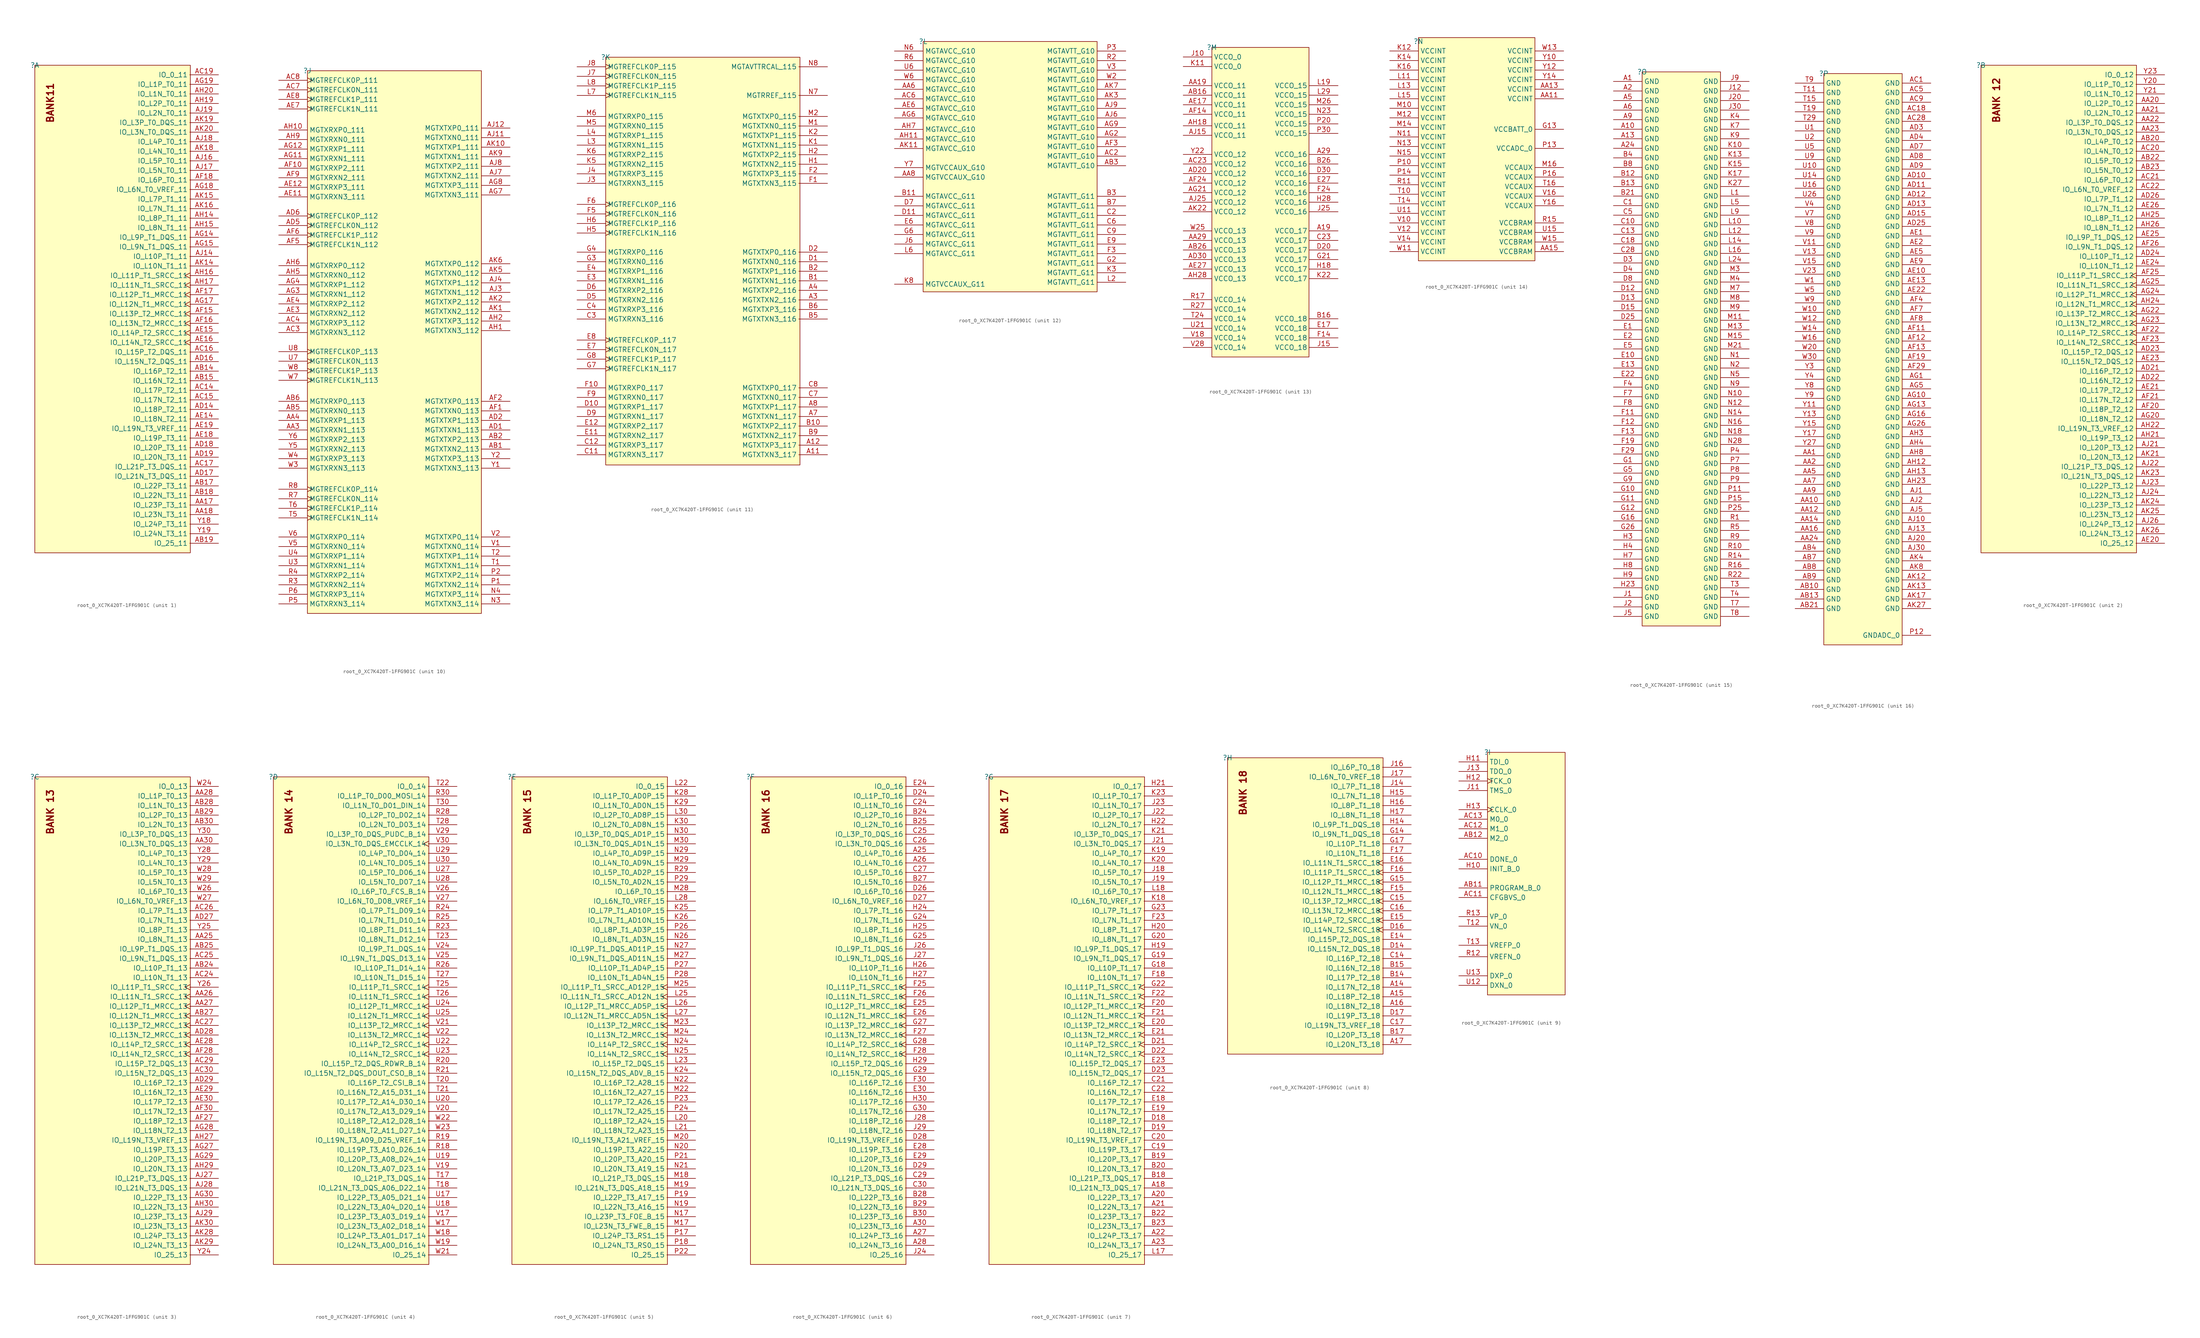
<source format=kicad_sym>
(kicad_symbol_lib
  (version 20220914)
  (generator kicad_symbol_editor)
  (symbol "root_0_XC7K420T-1FFG901C"
    (property "Reference" ""
      (at 0 0 0)
      (effects (font (size 1.27 1.27))))
    (property "Value" ""
      (at 0 0 0)
      (effects (font (size 1.27 1.27))))
    (symbol "root_0_XC7K420T-1FFG901C_1_0"
      (rectangle (start 40.64 0) (end 0 -127.5) (stroke (width 0) (type solid)) (fill (type background)))
      (text "BANK11" (at 5.08 -15.24 900) (effects (font (size 1.778 1.778) bold) (justify left bottom)))
      (pin bidirectional line (at 48 -115 180) (length 7.5) (name "IO_L23P_T3_11" (effects (font (size 1.27 1.27)))) (number "AA17" (effects (font (size 1.27 1.27)))))
      (pin bidirectional line (at 48 -117.5 180) (length 7.5) (name "IO_L23N_T3_11" (effects (font (size 1.27 1.27)))) (number "AA18" (effects (font (size 1.27 1.27)))))
      (pin bidirectional line (at 48 -80 180) (length 7.5) (name "IO_L16P_T2_11" (effects (font (size 1.27 1.27)))) (number "AB14" (effects (font (size 1.27 1.27)))))
      (pin bidirectional line (at 48 -82.5 180) (length 7.5) (name "IO_L16N_T2_11" (effects (font (size 1.27 1.27)))) (number "AB15" (effects (font (size 1.27 1.27)))))
      (pin bidirectional line (at 48 -110 180) (length 7.5) (name "IO_L22P_T3_11" (effects (font (size 1.27 1.27)))) (number "AB17" (effects (font (size 1.27 1.27)))))
      (pin bidirectional line (at 48 -112.5 180) (length 7.5) (name "IO_L22N_T3_11" (effects (font (size 1.27 1.27)))) (number "AB18" (effects (font (size 1.27 1.27)))))
      (pin bidirectional line (at 48 -125 180) (length 7.5) (name "IO_25_11" (effects (font (size 1.27 1.27)))) (number "AB19" (effects (font (size 1.27 1.27)))))
      (pin bidirectional line (at 48 -85 180) (length 7.5) (name "IO_L17P_T2_11" (effects (font (size 1.27 1.27)))) (number "AC14" (effects (font (size 1.27 1.27)))))
      (pin bidirectional line (at 48 -87.5 180) (length 7.5) (name "IO_L17N_T2_11" (effects (font (size 1.27 1.27)))) (number "AC15" (effects (font (size 1.27 1.27)))))
      (pin bidirectional line (at 48 -75 180) (length 7.5) (name "IO_L15P_T2_DQS_11" (effects (font (size 1.27 1.27)))) (number "AC16" (effects (font (size 1.27 1.27)))))
      (pin bidirectional line (at 48 -105 180) (length 7.5) (name "IO_L21P_T3_DQS_11" (effects (font (size 1.27 1.27)))) (number "AC17" (effects (font (size 1.27 1.27)))))
      (pin bidirectional line (at 48 -2.5 180) (length 7.5) (name "IO_0_11" (effects (font (size 1.27 1.27)))) (number "AC19" (effects (font (size 1.27 1.27)))))
      (pin bidirectional line (at 48 -90 180) (length 7.5) (name "IO_L18P_T2_11" (effects (font (size 1.27 1.27)))) (number "AD14" (effects (font (size 1.27 1.27)))))
      (pin bidirectional line (at 48 -77.5 180) (length 7.5) (name "IO_L15N_T2_DQS_11" (effects (font (size 1.27 1.27)))) (number "AD16" (effects (font (size 1.27 1.27)))))
      (pin bidirectional line (at 48 -107.5 180) (length 7.5) (name "IO_L21N_T3_DQS_11" (effects (font (size 1.27 1.27)))) (number "AD17" (effects (font (size 1.27 1.27)))))
      (pin bidirectional line (at 48 -100 180) (length 7.5) (name "IO_L20P_T3_11" (effects (font (size 1.27 1.27)))) (number "AD18" (effects (font (size 1.27 1.27)))))
      (pin bidirectional line (at 48 -102.5 180) (length 7.5) (name "IO_L20N_T3_11" (effects (font (size 1.27 1.27)))) (number "AD19" (effects (font (size 1.27 1.27)))))
      (pin bidirectional line (at 48 -92.5 180) (length 7.5) (name "IO_L18N_T2_11" (effects (font (size 1.27 1.27)))) (number "AE14" (effects (font (size 1.27 1.27)))))
      (pin bidirectional clock (at 48 -70 180) (length 7.5) (name "IO_L14P_T2_SRCC_11" (effects (font (size 1.27 1.27)))) (number "AE15" (effects (font (size 1.27 1.27)))))
      (pin bidirectional clock (at 48 -72.5 180) (length 7.5) (name "IO_L14N_T2_SRCC_11" (effects (font (size 1.27 1.27)))) (number "AE16" (effects (font (size 1.27 1.27)))))
      (pin bidirectional line (at 48 -97.5 180) (length 7.5) (name "IO_L19P_T3_11" (effects (font (size 1.27 1.27)))) (number "AE18" (effects (font (size 1.27 1.27)))))
      (pin bidirectional line (at 48 -95 180) (length 7.5) (name "IO_L19N_T3_VREF_11" (effects (font (size 1.27 1.27)))) (number "AE19" (effects (font (size 1.27 1.27)))))
      (pin bidirectional clock (at 48 -65 180) (length 7.5) (name "IO_L13P_T2_MRCC_11" (effects (font (size 1.27 1.27)))) (number "AF15" (effects (font (size 1.27 1.27)))))
      (pin bidirectional clock (at 48 -67.5 180) (length 7.5) (name "IO_L13N_T2_MRCC_11" (effects (font (size 1.27 1.27)))) (number "AF16" (effects (font (size 1.27 1.27)))))
      (pin bidirectional clock (at 48 -60 180) (length 7.5) (name "IO_L12P_T1_MRCC_11" (effects (font (size 1.27 1.27)))) (number "AF17" (effects (font (size 1.27 1.27)))))
      (pin bidirectional line (at 48 -30 180) (length 7.5) (name "IO_L6P_T0_11" (effects (font (size 1.27 1.27)))) (number "AF18" (effects (font (size 1.27 1.27)))))
      (pin bidirectional line (at 48 -45 180) (length 7.5) (name "IO_L9P_T1_DQS_11" (effects (font (size 1.27 1.27)))) (number "AG14" (effects (font (size 1.27 1.27)))))
      (pin bidirectional line (at 48 -47.5 180) (length 7.5) (name "IO_L9N_T1_DQS_11" (effects (font (size 1.27 1.27)))) (number "AG15" (effects (font (size 1.27 1.27)))))
      (pin bidirectional clock (at 48 -62.5 180) (length 7.5) (name "IO_L12N_T1_MRCC_11" (effects (font (size 1.27 1.27)))) (number "AG17" (effects (font (size 1.27 1.27)))))
      (pin bidirectional line (at 48 -32.5 180) (length 7.5) (name "IO_L6N_T0_VREF_11" (effects (font (size 1.27 1.27)))) (number "AG18" (effects (font (size 1.27 1.27)))))
      (pin bidirectional line (at 48 -5 180) (length 7.5) (name "IO_L1P_T0_11" (effects (font (size 1.27 1.27)))) (number "AG19" (effects (font (size 1.27 1.27)))))
      (pin bidirectional line (at 48 -40 180) (length 7.5) (name "IO_L8P_T1_11" (effects (font (size 1.27 1.27)))) (number "AH14" (effects (font (size 1.27 1.27)))))
      (pin bidirectional line (at 48 -42.5 180) (length 7.5) (name "IO_L8N_T1_11" (effects (font (size 1.27 1.27)))) (number "AH15" (effects (font (size 1.27 1.27)))))
      (pin bidirectional clock (at 48 -55 180) (length 7.5) (name "IO_L11P_T1_SRCC_11" (effects (font (size 1.27 1.27)))) (number "AH16" (effects (font (size 1.27 1.27)))))
      (pin bidirectional clock (at 48 -57.5 180) (length 7.5) (name "IO_L11N_T1_SRCC_11" (effects (font (size 1.27 1.27)))) (number "AH17" (effects (font (size 1.27 1.27)))))
      (pin bidirectional line (at 48 -10 180) (length 7.5) (name "IO_L2P_T0_11" (effects (font (size 1.27 1.27)))) (number "AH19" (effects (font (size 1.27 1.27)))))
      (pin bidirectional line (at 48 -7.5 180) (length 7.5) (name "IO_L1N_T0_11" (effects (font (size 1.27 1.27)))) (number "AH20" (effects (font (size 1.27 1.27)))))
      (pin bidirectional line (at 48 -50 180) (length 7.5) (name "IO_L10P_T1_11" (effects (font (size 1.27 1.27)))) (number "AJ14" (effects (font (size 1.27 1.27)))))
      (pin bidirectional line (at 48 -25 180) (length 7.5) (name "IO_L5P_T0_11" (effects (font (size 1.27 1.27)))) (number "AJ16" (effects (font (size 1.27 1.27)))))
      (pin bidirectional line (at 48 -27.5 180) (length 7.5) (name "IO_L5N_T0_11" (effects (font (size 1.27 1.27)))) (number "AJ17" (effects (font (size 1.27 1.27)))))
      (pin bidirectional line (at 48 -20 180) (length 7.5) (name "IO_L4P_T0_11" (effects (font (size 1.27 1.27)))) (number "AJ18" (effects (font (size 1.27 1.27)))))
      (pin bidirectional line (at 48 -12.5 180) (length 7.5) (name "IO_L2N_T0_11" (effects (font (size 1.27 1.27)))) (number "AJ19" (effects (font (size 1.27 1.27)))))
      (pin bidirectional line (at 48 -52.5 180) (length 7.5) (name "IO_L10N_T1_11" (effects (font (size 1.27 1.27)))) (number "AK14" (effects (font (size 1.27 1.27)))))
      (pin bidirectional line (at 48 -35 180) (length 7.5) (name "IO_L7P_T1_11" (effects (font (size 1.27 1.27)))) (number "AK15" (effects (font (size 1.27 1.27)))))
      (pin bidirectional line (at 48 -37.5 180) (length 7.5) (name "IO_L7N_T1_11" (effects (font (size 1.27 1.27)))) (number "AK16" (effects (font (size 1.27 1.27)))))
      (pin bidirectional line (at 48 -22.5 180) (length 7.5) (name "IO_L4N_T0_11" (effects (font (size 1.27 1.27)))) (number "AK18" (effects (font (size 1.27 1.27)))))
      (pin bidirectional line (at 48 -15 180) (length 7.5) (name "IO_L3P_T0_DQS_11" (effects (font (size 1.27 1.27)))) (number "AK19" (effects (font (size 1.27 1.27)))))
      (pin bidirectional line (at 48 -17.5 180) (length 7.5) (name "IO_L3N_T0_DQS_11" (effects (font (size 1.27 1.27)))) (number "AK20" (effects (font (size 1.27 1.27)))))
      (pin bidirectional line (at 48 -120 180) (length 7.5) (name "IO_L24P_T3_11" (effects (font (size 1.27 1.27)))) (number "Y18" (effects (font (size 1.27 1.27)))))
      (pin bidirectional line (at 48 -122.5 180) (length 7.5) (name "IO_L24N_T3_11" (effects (font (size 1.27 1.27)))) (number "Y19" (effects (font (size 1.27 1.27))))))
    (symbol "root_0_XC7K420T-1FFG901C_2_0"
      (rectangle (start 40.64 0) (end 0 -127.5) (stroke (width 0) (type solid)) (fill (type background)))
      (text "BANK 12" (at 5.08 -15.24 900) (effects (font (size 1.778 1.778) bold) (justify left bottom)))
      (pin bidirectional line (at 48 -10 180) (length 7.5) (name "IO_L2P_T0_12" (effects (font (size 1.27 1.27)))) (number "AA20" (effects (font (size 1.27 1.27)))))
      (pin bidirectional line (at 48 -12.5 180) (length 7.5) (name "IO_L2N_T0_12" (effects (font (size 1.27 1.27)))) (number "AA21" (effects (font (size 1.27 1.27)))))
      (pin bidirectional line (at 48 -15 180) (length 7.5) (name "IO_L3P_T0_DQS_12" (effects (font (size 1.27 1.27)))) (number "AA22" (effects (font (size 1.27 1.27)))))
      (pin bidirectional line (at 48 -17.5 180) (length 7.5) (name "IO_L3N_T0_DQS_12" (effects (font (size 1.27 1.27)))) (number "AA23" (effects (font (size 1.27 1.27)))))
      (pin bidirectional line (at 48 -20 180) (length 7.5) (name "IO_L4P_T0_12" (effects (font (size 1.27 1.27)))) (number "AB20" (effects (font (size 1.27 1.27)))))
      (pin bidirectional line (at 48 -25 180) (length 7.5) (name "IO_L5P_T0_12" (effects (font (size 1.27 1.27)))) (number "AB22" (effects (font (size 1.27 1.27)))))
      (pin bidirectional line (at 48 -27.5 180) (length 7.5) (name "IO_L5N_T0_12" (effects (font (size 1.27 1.27)))) (number "AB23" (effects (font (size 1.27 1.27)))))
      (pin bidirectional line (at 48 -22.5 180) (length 7.5) (name "IO_L4N_T0_12" (effects (font (size 1.27 1.27)))) (number "AC20" (effects (font (size 1.27 1.27)))))
      (pin bidirectional line (at 48 -30 180) (length 7.5) (name "IO_L6P_T0_12" (effects (font (size 1.27 1.27)))) (number "AC21" (effects (font (size 1.27 1.27)))))
      (pin bidirectional line (at 48 -32.5 180) (length 7.5) (name "IO_L6N_T0_VREF_12" (effects (font (size 1.27 1.27)))) (number "AC22" (effects (font (size 1.27 1.27)))))
      (pin bidirectional line (at 48 -80 180) (length 7.5) (name "IO_L16P_T2_12" (effects (font (size 1.27 1.27)))) (number "AD21" (effects (font (size 1.27 1.27)))))
      (pin bidirectional line (at 48 -82.5 180) (length 7.5) (name "IO_L16N_T2_12" (effects (font (size 1.27 1.27)))) (number "AD22" (effects (font (size 1.27 1.27)))))
      (pin bidirectional line (at 48 -75 180) (length 7.5) (name "IO_L15P_T2_DQS_12" (effects (font (size 1.27 1.27)))) (number "AD23" (effects (font (size 1.27 1.27)))))
      (pin bidirectional line (at 48 -50 180) (length 7.5) (name "IO_L10P_T1_12" (effects (font (size 1.27 1.27)))) (number "AD24" (effects (font (size 1.27 1.27)))))
      (pin bidirectional line (at 48 -35 180) (length 7.5) (name "IO_L7P_T1_12" (effects (font (size 1.27 1.27)))) (number "AD26" (effects (font (size 1.27 1.27)))))
      (pin bidirectional line (at 48 -125 180) (length 7.5) (name "IO_25_12" (effects (font (size 1.27 1.27)))) (number "AE20" (effects (font (size 1.27 1.27)))))
      (pin bidirectional line (at 48 -85 180) (length 7.5) (name "IO_L17P_T2_12" (effects (font (size 1.27 1.27)))) (number "AE21" (effects (font (size 1.27 1.27)))))
      (pin bidirectional line (at 48 -77.5 180) (length 7.5) (name "IO_L15N_T2_DQS_12" (effects (font (size 1.27 1.27)))) (number "AE23" (effects (font (size 1.27 1.27)))))
      (pin bidirectional line (at 48 -52.5 180) (length 7.5) (name "IO_L10N_T1_12" (effects (font (size 1.27 1.27)))) (number "AE24" (effects (font (size 1.27 1.27)))))
      (pin bidirectional line (at 48 -45 180) (length 7.5) (name "IO_L9P_T1_DQS_12" (effects (font (size 1.27 1.27)))) (number "AE25" (effects (font (size 1.27 1.27)))))
      (pin bidirectional line (at 48 -37.5 180) (length 7.5) (name "IO_L7N_T1_12" (effects (font (size 1.27 1.27)))) (number "AE26" (effects (font (size 1.27 1.27)))))
      (pin bidirectional line (at 48 -90 180) (length 7.5) (name "IO_L18P_T2_12" (effects (font (size 1.27 1.27)))) (number "AF20" (effects (font (size 1.27 1.27)))))
      (pin bidirectional line (at 48 -87.5 180) (length 7.5) (name "IO_L17N_T2_12" (effects (font (size 1.27 1.27)))) (number "AF21" (effects (font (size 1.27 1.27)))))
      (pin bidirectional clock (at 48 -70 180) (length 7.5) (name "IO_L14P_T2_SRCC_12" (effects (font (size 1.27 1.27)))) (number "AF22" (effects (font (size 1.27 1.27)))))
      (pin bidirectional clock (at 48 -72.5 180) (length 7.5) (name "IO_L14N_T2_SRCC_12" (effects (font (size 1.27 1.27)))) (number "AF23" (effects (font (size 1.27 1.27)))))
      (pin bidirectional clock (at 48 -55 180) (length 7.5) (name "IO_L11P_T1_SRCC_12" (effects (font (size 1.27 1.27)))) (number "AF25" (effects (font (size 1.27 1.27)))))
      (pin bidirectional line (at 48 -47.5 180) (length 7.5) (name "IO_L9N_T1_DQS_12" (effects (font (size 1.27 1.27)))) (number "AF26" (effects (font (size 1.27 1.27)))))
      (pin bidirectional line (at 48 -92.5 180) (length 7.5) (name "IO_L18N_T2_12" (effects (font (size 1.27 1.27)))) (number "AG20" (effects (font (size 1.27 1.27)))))
      (pin bidirectional clock (at 48 -65 180) (length 7.5) (name "IO_L13P_T2_MRCC_12" (effects (font (size 1.27 1.27)))) (number "AG22" (effects (font (size 1.27 1.27)))))
      (pin bidirectional clock (at 48 -67.5 180) (length 7.5) (name "IO_L13N_T2_MRCC_12" (effects (font (size 1.27 1.27)))) (number "AG23" (effects (font (size 1.27 1.27)))))
      (pin bidirectional clock (at 48 -60 180) (length 7.5) (name "IO_L12P_T1_MRCC_12" (effects (font (size 1.27 1.27)))) (number "AG24" (effects (font (size 1.27 1.27)))))
      (pin bidirectional clock (at 48 -57.5 180) (length 7.5) (name "IO_L11N_T1_SRCC_12" (effects (font (size 1.27 1.27)))) (number "AG25" (effects (font (size 1.27 1.27)))))
      (pin bidirectional line (at 48 -97.5 180) (length 7.5) (name "IO_L19P_T3_12" (effects (font (size 1.27 1.27)))) (number "AH21" (effects (font (size 1.27 1.27)))))
      (pin bidirectional line (at 48 -95 180) (length 7.5) (name "IO_L19N_T3_VREF_12" (effects (font (size 1.27 1.27)))) (number "AH22" (effects (font (size 1.27 1.27)))))
      (pin bidirectional clock (at 48 -62.5 180) (length 7.5) (name "IO_L12N_T1_MRCC_12" (effects (font (size 1.27 1.27)))) (number "AH24" (effects (font (size 1.27 1.27)))))
      (pin bidirectional line (at 48 -40 180) (length 7.5) (name "IO_L8P_T1_12" (effects (font (size 1.27 1.27)))) (number "AH25" (effects (font (size 1.27 1.27)))))
      (pin bidirectional line (at 48 -42.5 180) (length 7.5) (name "IO_L8N_T1_12" (effects (font (size 1.27 1.27)))) (number "AH26" (effects (font (size 1.27 1.27)))))
      (pin bidirectional line (at 48 -100 180) (length 7.5) (name "IO_L20P_T3_12" (effects (font (size 1.27 1.27)))) (number "AJ21" (effects (font (size 1.27 1.27)))))
      (pin bidirectional line (at 48 -105 180) (length 7.5) (name "IO_L21P_T3_DQS_12" (effects (font (size 1.27 1.27)))) (number "AJ22" (effects (font (size 1.27 1.27)))))
      (pin bidirectional line (at 48 -110 180) (length 7.5) (name "IO_L22P_T3_12" (effects (font (size 1.27 1.27)))) (number "AJ23" (effects (font (size 1.27 1.27)))))
      (pin bidirectional line (at 48 -112.5 180) (length 7.5) (name "IO_L22N_T3_12" (effects (font (size 1.27 1.27)))) (number "AJ24" (effects (font (size 1.27 1.27)))))
      (pin bidirectional line (at 48 -120 180) (length 7.5) (name "IO_L24P_T3_12" (effects (font (size 1.27 1.27)))) (number "AJ26" (effects (font (size 1.27 1.27)))))
      (pin bidirectional line (at 48 -102.5 180) (length 7.5) (name "IO_L20N_T3_12" (effects (font (size 1.27 1.27)))) (number "AK21" (effects (font (size 1.27 1.27)))))
      (pin bidirectional line (at 48 -107.5 180) (length 7.5) (name "IO_L21N_T3_DQS_12" (effects (font (size 1.27 1.27)))) (number "AK23" (effects (font (size 1.27 1.27)))))
      (pin bidirectional line (at 48 -115 180) (length 7.5) (name "IO_L23P_T3_12" (effects (font (size 1.27 1.27)))) (number "AK24" (effects (font (size 1.27 1.27)))))
      (pin bidirectional line (at 48 -117.5 180) (length 7.5) (name "IO_L23N_T3_12" (effects (font (size 1.27 1.27)))) (number "AK25" (effects (font (size 1.27 1.27)))))
      (pin bidirectional line (at 48 -122.5 180) (length 7.5) (name "IO_L24N_T3_12" (effects (font (size 1.27 1.27)))) (number "AK26" (effects (font (size 1.27 1.27)))))
      (pin bidirectional line (at 48 -5 180) (length 7.5) (name "IO_L1P_T0_12" (effects (font (size 1.27 1.27)))) (number "Y20" (effects (font (size 1.27 1.27)))))
      (pin bidirectional line (at 48 -7.5 180) (length 7.5) (name "IO_L1N_T0_12" (effects (font (size 1.27 1.27)))) (number "Y21" (effects (font (size 1.27 1.27)))))
      (pin bidirectional line (at 48 -2.5 180) (length 7.5) (name "IO_0_12" (effects (font (size 1.27 1.27)))) (number "Y23" (effects (font (size 1.27 1.27))))))
    (symbol "root_0_XC7K420T-1FFG901C_3_0"
      (rectangle (start 40.64 0) (end 0 -127.5) (stroke (width 0) (type solid)) (fill (type background)))
      (text "BANK 13" (at 5.08 -15.24 900) (effects (font (size 1.778 1.778) bold) (justify left bottom)))
      (pin bidirectional line (at 48 -42.5 180) (length 7.5) (name "IO_L8N_T1_13" (effects (font (size 1.27 1.27)))) (number "AA25" (effects (font (size 1.27 1.27)))))
      (pin bidirectional clock (at 48 -57.5 180) (length 7.5) (name "IO_L11N_T1_SRCC_13" (effects (font (size 1.27 1.27)))) (number "AA26" (effects (font (size 1.27 1.27)))))
      (pin bidirectional clock (at 48 -60 180) (length 7.5) (name "IO_L12P_T1_MRCC_13" (effects (font (size 1.27 1.27)))) (number "AA27" (effects (font (size 1.27 1.27)))))
      (pin bidirectional line (at 48 -5 180) (length 7.5) (name "IO_L1P_T0_13" (effects (font (size 1.27 1.27)))) (number "AA28" (effects (font (size 1.27 1.27)))))
      (pin bidirectional line (at 48 -17.5 180) (length 7.5) (name "IO_L3N_T0_DQS_13" (effects (font (size 1.27 1.27)))) (number "AA30" (effects (font (size 1.27 1.27)))))
      (pin bidirectional line (at 48 -50 180) (length 7.5) (name "IO_L10P_T1_13" (effects (font (size 1.27 1.27)))) (number "AB24" (effects (font (size 1.27 1.27)))))
      (pin bidirectional line (at 48 -45 180) (length 7.5) (name "IO_L9P_T1_DQS_13" (effects (font (size 1.27 1.27)))) (number "AB25" (effects (font (size 1.27 1.27)))))
      (pin bidirectional clock (at 48 -62.5 180) (length 7.5) (name "IO_L12N_T1_MRCC_13" (effects (font (size 1.27 1.27)))) (number "AB27" (effects (font (size 1.27 1.27)))))
      (pin bidirectional line (at 48 -7.5 180) (length 7.5) (name "IO_L1N_T0_13" (effects (font (size 1.27 1.27)))) (number "AB28" (effects (font (size 1.27 1.27)))))
      (pin bidirectional line (at 48 -10 180) (length 7.5) (name "IO_L2P_T0_13" (effects (font (size 1.27 1.27)))) (number "AB29" (effects (font (size 1.27 1.27)))))
      (pin bidirectional line (at 48 -12.5 180) (length 7.5) (name "IO_L2N_T0_13" (effects (font (size 1.27 1.27)))) (number "AB30" (effects (font (size 1.27 1.27)))))
      (pin bidirectional line (at 48 -52.5 180) (length 7.5) (name "IO_L10N_T1_13" (effects (font (size 1.27 1.27)))) (number "AC24" (effects (font (size 1.27 1.27)))))
      (pin bidirectional line (at 48 -47.5 180) (length 7.5) (name "IO_L9N_T1_DQS_13" (effects (font (size 1.27 1.27)))) (number "AC25" (effects (font (size 1.27 1.27)))))
      (pin bidirectional line (at 48 -35 180) (length 7.5) (name "IO_L7P_T1_13" (effects (font (size 1.27 1.27)))) (number "AC26" (effects (font (size 1.27 1.27)))))
      (pin bidirectional clock (at 48 -65 180) (length 7.5) (name "IO_L13P_T2_MRCC_13" (effects (font (size 1.27 1.27)))) (number "AC27" (effects (font (size 1.27 1.27)))))
      (pin bidirectional line (at 48 -75 180) (length 7.5) (name "IO_L15P_T2_DQS_13" (effects (font (size 1.27 1.27)))) (number "AC29" (effects (font (size 1.27 1.27)))))
      (pin bidirectional line (at 48 -77.5 180) (length 7.5) (name "IO_L15N_T2_DQS_13" (effects (font (size 1.27 1.27)))) (number "AC30" (effects (font (size 1.27 1.27)))))
      (pin bidirectional line (at 48 -37.5 180) (length 7.5) (name "IO_L7N_T1_13" (effects (font (size 1.27 1.27)))) (number "AD27" (effects (font (size 1.27 1.27)))))
      (pin bidirectional clock (at 48 -67.5 180) (length 7.5) (name "IO_L13N_T2_MRCC_13" (effects (font (size 1.27 1.27)))) (number "AD28" (effects (font (size 1.27 1.27)))))
      (pin bidirectional line (at 48 -80 180) (length 7.5) (name "IO_L16P_T2_13" (effects (font (size 1.27 1.27)))) (number "AD29" (effects (font (size 1.27 1.27)))))
      (pin bidirectional clock (at 48 -70 180) (length 7.5) (name "IO_L14P_T2_SRCC_13" (effects (font (size 1.27 1.27)))) (number "AE28" (effects (font (size 1.27 1.27)))))
      (pin bidirectional line (at 48 -82.5 180) (length 7.5) (name "IO_L16N_T2_13" (effects (font (size 1.27 1.27)))) (number "AE29" (effects (font (size 1.27 1.27)))))
      (pin bidirectional line (at 48 -85 180) (length 7.5) (name "IO_L17P_T2_13" (effects (font (size 1.27 1.27)))) (number "AE30" (effects (font (size 1.27 1.27)))))
      (pin bidirectional line (at 48 -90 180) (length 7.5) (name "IO_L18P_T2_13" (effects (font (size 1.27 1.27)))) (number "AF27" (effects (font (size 1.27 1.27)))))
      (pin bidirectional clock (at 48 -72.5 180) (length 7.5) (name "IO_L14N_T2_SRCC_13" (effects (font (size 1.27 1.27)))) (number "AF28" (effects (font (size 1.27 1.27)))))
      (pin bidirectional line (at 48 -87.5 180) (length 7.5) (name "IO_L17N_T2_13" (effects (font (size 1.27 1.27)))) (number "AF30" (effects (font (size 1.27 1.27)))))
      (pin bidirectional line (at 48 -97.5 180) (length 7.5) (name "IO_L19P_T3_13" (effects (font (size 1.27 1.27)))) (number "AG27" (effects (font (size 1.27 1.27)))))
      (pin bidirectional line (at 48 -92.5 180) (length 7.5) (name "IO_L18N_T2_13" (effects (font (size 1.27 1.27)))) (number "AG28" (effects (font (size 1.27 1.27)))))
      (pin bidirectional line (at 48 -100 180) (length 7.5) (name "IO_L20P_T3_13" (effects (font (size 1.27 1.27)))) (number "AG29" (effects (font (size 1.27 1.27)))))
      (pin bidirectional line (at 48 -110 180) (length 7.5) (name "IO_L22P_T3_13" (effects (font (size 1.27 1.27)))) (number "AG30" (effects (font (size 1.27 1.27)))))
      (pin bidirectional line (at 48 -95 180) (length 7.5) (name "IO_L19N_T3_VREF_13" (effects (font (size 1.27 1.27)))) (number "AH27" (effects (font (size 1.27 1.27)))))
      (pin bidirectional line (at 48 -102.5 180) (length 7.5) (name "IO_L20N_T3_13" (effects (font (size 1.27 1.27)))) (number "AH29" (effects (font (size 1.27 1.27)))))
      (pin bidirectional line (at 48 -112.5 180) (length 7.5) (name "IO_L22N_T3_13" (effects (font (size 1.27 1.27)))) (number "AH30" (effects (font (size 1.27 1.27)))))
      (pin bidirectional line (at 48 -105 180) (length 7.5) (name "IO_L21P_T3_DQS_13" (effects (font (size 1.27 1.27)))) (number "AJ27" (effects (font (size 1.27 1.27)))))
      (pin bidirectional line (at 48 -107.5 180) (length 7.5) (name "IO_L21N_T3_DQS_13" (effects (font (size 1.27 1.27)))) (number "AJ28" (effects (font (size 1.27 1.27)))))
      (pin bidirectional line (at 48 -115 180) (length 7.5) (name "IO_L23P_T3_13" (effects (font (size 1.27 1.27)))) (number "AJ29" (effects (font (size 1.27 1.27)))))
      (pin bidirectional line (at 48 -120 180) (length 7.5) (name "IO_L24P_T3_13" (effects (font (size 1.27 1.27)))) (number "AK28" (effects (font (size 1.27 1.27)))))
      (pin bidirectional line (at 48 -122.5 180) (length 7.5) (name "IO_L24N_T3_13" (effects (font (size 1.27 1.27)))) (number "AK29" (effects (font (size 1.27 1.27)))))
      (pin bidirectional line (at 48 -117.5 180) (length 7.5) (name "IO_L23N_T3_13" (effects (font (size 1.27 1.27)))) (number "AK30" (effects (font (size 1.27 1.27)))))
      (pin bidirectional line (at 48 -2.5 180) (length 7.5) (name "IO_0_13" (effects (font (size 1.27 1.27)))) (number "W24" (effects (font (size 1.27 1.27)))))
      (pin bidirectional line (at 48 -30 180) (length 7.5) (name "IO_L6P_T0_13" (effects (font (size 1.27 1.27)))) (number "W26" (effects (font (size 1.27 1.27)))))
      (pin bidirectional line (at 48 -32.5 180) (length 7.5) (name "IO_L6N_T0_VREF_13" (effects (font (size 1.27 1.27)))) (number "W27" (effects (font (size 1.27 1.27)))))
      (pin bidirectional line (at 48 -25 180) (length 7.5) (name "IO_L5P_T0_13" (effects (font (size 1.27 1.27)))) (number "W28" (effects (font (size 1.27 1.27)))))
      (pin bidirectional line (at 48 -27.5 180) (length 7.5) (name "IO_L5N_T0_13" (effects (font (size 1.27 1.27)))) (number "W29" (effects (font (size 1.27 1.27)))))
      (pin bidirectional line (at 48 -125 180) (length 7.5) (name "IO_25_13" (effects (font (size 1.27 1.27)))) (number "Y24" (effects (font (size 1.27 1.27)))))
      (pin bidirectional line (at 48 -40 180) (length 7.5) (name "IO_L8P_T1_13" (effects (font (size 1.27 1.27)))) (number "Y25" (effects (font (size 1.27 1.27)))))
      (pin bidirectional clock (at 48 -55 180) (length 7.5) (name "IO_L11P_T1_SRCC_13" (effects (font (size 1.27 1.27)))) (number "Y26" (effects (font (size 1.27 1.27)))))
      (pin bidirectional line (at 48 -20 180) (length 7.5) (name "IO_L4P_T0_13" (effects (font (size 1.27 1.27)))) (number "Y28" (effects (font (size 1.27 1.27)))))
      (pin bidirectional line (at 48 -22.5 180) (length 7.5) (name "IO_L4N_T0_13" (effects (font (size 1.27 1.27)))) (number "Y29" (effects (font (size 1.27 1.27)))))
      (pin bidirectional line (at 48 -15 180) (length 7.5) (name "IO_L3P_T0_DQS_13" (effects (font (size 1.27 1.27)))) (number "Y30" (effects (font (size 1.27 1.27))))))
    (symbol "root_0_XC7K420T-1FFG901C_4_0"
      (rectangle (start 40.64 0) (end 0 -127.5) (stroke (width 0) (type solid)) (fill (type background)))
      (text "BANK 14" (at 5.08 -15.24 900) (effects (font (size 1.778 1.778) bold) (justify left bottom)))
      (pin bidirectional line (at 48 -97.5 180) (length 7.5) (name "IO_L19P_T3_A10_D26_14" (effects (font (size 1.27 1.27)))) (number "R18" (effects (font (size 1.27 1.27)))))
      (pin bidirectional line (at 48 -95 180) (length 7.5) (name "IO_L19N_T3_A09_D25_VREF_14" (effects (font (size 1.27 1.27)))) (number "R19" (effects (font (size 1.27 1.27)))))
      (pin bidirectional line (at 48 -75 180) (length 7.5) (name "IO_L15P_T2_DQS_RDWR_B_14" (effects (font (size 1.27 1.27)))) (number "R20" (effects (font (size 1.27 1.27)))))
      (pin bidirectional line (at 48 -77.5 180) (length 7.5) (name "IO_L15N_T2_DQS_DOUT_CSO_B_14" (effects (font (size 1.27 1.27)))) (number "R21" (effects (font (size 1.27 1.27)))))
      (pin bidirectional line (at 48 -40 180) (length 7.5) (name "IO_L8P_T1_D11_14" (effects (font (size 1.27 1.27)))) (number "R23" (effects (font (size 1.27 1.27)))))
      (pin bidirectional line (at 48 -35 180) (length 7.5) (name "IO_L7P_T1_D09_14" (effects (font (size 1.27 1.27)))) (number "R24" (effects (font (size 1.27 1.27)))))
      (pin bidirectional line (at 48 -37.5 180) (length 7.5) (name "IO_L7N_T1_D10_14" (effects (font (size 1.27 1.27)))) (number "R25" (effects (font (size 1.27 1.27)))))
      (pin bidirectional line (at 48 -50 180) (length 7.5) (name "IO_L10P_T1_D14_14" (effects (font (size 1.27 1.27)))) (number "R26" (effects (font (size 1.27 1.27)))))
      (pin bidirectional line (at 48 -10 180) (length 7.5) (name "IO_L2P_T0_D02_14" (effects (font (size 1.27 1.27)))) (number "R28" (effects (font (size 1.27 1.27)))))
      (pin bidirectional line (at 48 -5 180) (length 7.5) (name "IO_L1P_T0_D00_MOSI_14" (effects (font (size 1.27 1.27)))) (number "R30" (effects (font (size 1.27 1.27)))))
      (pin bidirectional line (at 48 -105 180) (length 7.5) (name "IO_L21P_T3_DQS_14" (effects (font (size 1.27 1.27)))) (number "T17" (effects (font (size 1.27 1.27)))))
      (pin bidirectional line (at 48 -107.5 180) (length 7.5) (name "IO_L21N_T3_DQS_A06_D22_14" (effects (font (size 1.27 1.27)))) (number "T18" (effects (font (size 1.27 1.27)))))
      (pin bidirectional line (at 48 -80 180) (length 7.5) (name "IO_L16P_T2_CSI_B_14" (effects (font (size 1.27 1.27)))) (number "T20" (effects (font (size 1.27 1.27)))))
      (pin bidirectional line (at 48 -82.5 180) (length 7.5) (name "IO_L16N_T2_A15_D31_14" (effects (font (size 1.27 1.27)))) (number "T21" (effects (font (size 1.27 1.27)))))
      (pin bidirectional line (at 48 -2.5 180) (length 7.5) (name "IO_0_14" (effects (font (size 1.27 1.27)))) (number "T22" (effects (font (size 1.27 1.27)))))
      (pin bidirectional line (at 48 -42.5 180) (length 7.5) (name "IO_L8N_T1_D12_14" (effects (font (size 1.27 1.27)))) (number "T23" (effects (font (size 1.27 1.27)))))
      (pin bidirectional clock (at 48 -55 180) (length 7.5) (name "IO_L11P_T1_SRCC_14" (effects (font (size 1.27 1.27)))) (number "T25" (effects (font (size 1.27 1.27)))))
      (pin bidirectional clock (at 48 -57.5 180) (length 7.5) (name "IO_L11N_T1_SRCC_14" (effects (font (size 1.27 1.27)))) (number "T26" (effects (font (size 1.27 1.27)))))
      (pin bidirectional line (at 48 -52.5 180) (length 7.5) (name "IO_L10N_T1_D15_14" (effects (font (size 1.27 1.27)))) (number "T27" (effects (font (size 1.27 1.27)))))
      (pin bidirectional line (at 48 -12.5 180) (length 7.5) (name "IO_L2N_T0_D03_14" (effects (font (size 1.27 1.27)))) (number "T28" (effects (font (size 1.27 1.27)))))
      (pin bidirectional line (at 48 -7.5 180) (length 7.5) (name "IO_L1N_T0_D01_DIN_14" (effects (font (size 1.27 1.27)))) (number "T30" (effects (font (size 1.27 1.27)))))
      (pin bidirectional line (at 48 -110 180) (length 7.5) (name "IO_L22P_T3_A05_D21_14" (effects (font (size 1.27 1.27)))) (number "U17" (effects (font (size 1.27 1.27)))))
      (pin bidirectional line (at 48 -112.5 180) (length 7.5) (name "IO_L22N_T3_A04_D20_14" (effects (font (size 1.27 1.27)))) (number "U18" (effects (font (size 1.27 1.27)))))
      (pin bidirectional line (at 48 -100 180) (length 7.5) (name "IO_L20P_T3_A08_D24_14" (effects (font (size 1.27 1.27)))) (number "U19" (effects (font (size 1.27 1.27)))))
      (pin bidirectional line (at 48 -85 180) (length 7.5) (name "IO_L17P_T2_A14_D30_14" (effects (font (size 1.27 1.27)))) (number "U20" (effects (font (size 1.27 1.27)))))
      (pin bidirectional clock (at 48 -70 180) (length 7.5) (name "IO_L14P_T2_SRCC_14" (effects (font (size 1.27 1.27)))) (number "U22" (effects (font (size 1.27 1.27)))))
      (pin bidirectional clock (at 48 -72.5 180) (length 7.5) (name "IO_L14N_T2_SRCC_14" (effects (font (size 1.27 1.27)))) (number "U23" (effects (font (size 1.27 1.27)))))
      (pin bidirectional clock (at 48 -60 180) (length 7.5) (name "IO_L12P_T1_MRCC_14" (effects (font (size 1.27 1.27)))) (number "U24" (effects (font (size 1.27 1.27)))))
      (pin bidirectional clock (at 48 -62.5 180) (length 7.5) (name "IO_L12N_T1_MRCC_14" (effects (font (size 1.27 1.27)))) (number "U25" (effects (font (size 1.27 1.27)))))
      (pin bidirectional line (at 48 -25 180) (length 7.5) (name "IO_L5P_T0_D06_14" (effects (font (size 1.27 1.27)))) (number "U27" (effects (font (size 1.27 1.27)))))
      (pin bidirectional line (at 48 -27.5 180) (length 7.5) (name "IO_L5N_T0_D07_14" (effects (font (size 1.27 1.27)))) (number "U28" (effects (font (size 1.27 1.27)))))
      (pin bidirectional line (at 48 -20 180) (length 7.5) (name "IO_L4P_T0_D04_14" (effects (font (size 1.27 1.27)))) (number "U29" (effects (font (size 1.27 1.27)))))
      (pin bidirectional line (at 48 -22.5 180) (length 7.5) (name "IO_L4N_T0_D05_14" (effects (font (size 1.27 1.27)))) (number "U30" (effects (font (size 1.27 1.27)))))
      (pin bidirectional line (at 48 -115 180) (length 7.5) (name "IO_L23P_T3_A03_D19_14" (effects (font (size 1.27 1.27)))) (number "V17" (effects (font (size 1.27 1.27)))))
      (pin bidirectional line (at 48 -102.5 180) (length 7.5) (name "IO_L20N_T3_A07_D23_14" (effects (font (size 1.27 1.27)))) (number "V19" (effects (font (size 1.27 1.27)))))
      (pin bidirectional line (at 48 -87.5 180) (length 7.5) (name "IO_L17N_T2_A13_D29_14" (effects (font (size 1.27 1.27)))) (number "V20" (effects (font (size 1.27 1.27)))))
      (pin bidirectional clock (at 48 -65 180) (length 7.5) (name "IO_L13P_T2_MRCC_14" (effects (font (size 1.27 1.27)))) (number "V21" (effects (font (size 1.27 1.27)))))
      (pin bidirectional clock (at 48 -67.5 180) (length 7.5) (name "IO_L13N_T2_MRCC_14" (effects (font (size 1.27 1.27)))) (number "V22" (effects (font (size 1.27 1.27)))))
      (pin bidirectional line (at 48 -45 180) (length 7.5) (name "IO_L9P_T1_DQS_14" (effects (font (size 1.27 1.27)))) (number "V24" (effects (font (size 1.27 1.27)))))
      (pin bidirectional line (at 48 -47.5 180) (length 7.5) (name "IO_L9N_T1_DQS_D13_14" (effects (font (size 1.27 1.27)))) (number "V25" (effects (font (size 1.27 1.27)))))
      (pin bidirectional line (at 48 -30 180) (length 7.5) (name "IO_L6P_T0_FCS_B_14" (effects (font (size 1.27 1.27)))) (number "V26" (effects (font (size 1.27 1.27)))))
      (pin bidirectional line (at 48 -32.5 180) (length 7.5) (name "IO_L6N_T0_D08_VREF_14" (effects (font (size 1.27 1.27)))) (number "V27" (effects (font (size 1.27 1.27)))))
      (pin bidirectional line (at 48 -15 180) (length 7.5) (name "IO_L3P_T0_DQS_PUDC_B_14" (effects (font (size 1.27 1.27)))) (number "V29" (effects (font (size 1.27 1.27)))))
      (pin bidirectional clock (at 48 -17.5 180) (length 7.5) (name "IO_L3N_T0_DQS_EMCCLK_14" (effects (font (size 1.27 1.27)))) (number "V30" (effects (font (size 1.27 1.27)))))
      (pin bidirectional line (at 48 -117.5 180) (length 7.5) (name "IO_L23N_T3_A02_D18_14" (effects (font (size 1.27 1.27)))) (number "W17" (effects (font (size 1.27 1.27)))))
      (pin bidirectional line (at 48 -120 180) (length 7.5) (name "IO_L24P_T3_A01_D17_14" (effects (font (size 1.27 1.27)))) (number "W18" (effects (font (size 1.27 1.27)))))
      (pin bidirectional line (at 48 -122.5 180) (length 7.5) (name "IO_L24N_T3_A00_D16_14" (effects (font (size 1.27 1.27)))) (number "W19" (effects (font (size 1.27 1.27)))))
      (pin bidirectional line (at 48 -125 180) (length 7.5) (name "IO_25_14" (effects (font (size 1.27 1.27)))) (number "W21" (effects (font (size 1.27 1.27)))))
      (pin bidirectional line (at 48 -90 180) (length 7.5) (name "IO_L18P_T2_A12_D28_14" (effects (font (size 1.27 1.27)))) (number "W22" (effects (font (size 1.27 1.27)))))
      (pin bidirectional line (at 48 -92.5 180) (length 7.5) (name "IO_L18N_T2_A11_D27_14" (effects (font (size 1.27 1.27)))) (number "W23" (effects (font (size 1.27 1.27))))))
    (symbol "root_0_XC7K420T-1FFG901C_5_0"
      (rectangle (start 40.64 0) (end 0 -127.5) (stroke (width 0) (type solid)) (fill (type background)))
      (text "BANK 15" (at 5.08 -15.24 900) (effects (font (size 1.778 1.778) bold) (justify left bottom)))
      (pin bidirectional line (at 48 -77.5 180) (length 7.5) (name "IO_L15N_T2_DQS_ADV_B_15" (effects (font (size 1.27 1.27)))) (number "K24" (effects (font (size 1.27 1.27)))))
      (pin bidirectional line (at 48 -35 180) (length 7.5) (name "IO_L7P_T1_AD10P_15" (effects (font (size 1.27 1.27)))) (number "K25" (effects (font (size 1.27 1.27)))))
      (pin bidirectional line (at 48 -37.5 180) (length 7.5) (name "IO_L7N_T1_AD10N_15" (effects (font (size 1.27 1.27)))) (number "K26" (effects (font (size 1.27 1.27)))))
      (pin bidirectional line (at 48 -5 180) (length 7.5) (name "IO_L1P_T0_AD0P_15" (effects (font (size 1.27 1.27)))) (number "K28" (effects (font (size 1.27 1.27)))))
      (pin bidirectional line (at 48 -7.5 180) (length 7.5) (name "IO_L1N_T0_AD0N_15" (effects (font (size 1.27 1.27)))) (number "K29" (effects (font (size 1.27 1.27)))))
      (pin bidirectional line (at 48 -12.5 180) (length 7.5) (name "IO_L2N_T0_AD8N_15" (effects (font (size 1.27 1.27)))) (number "K30" (effects (font (size 1.27 1.27)))))
      (pin bidirectional line (at 48 -90 180) (length 7.5) (name "IO_L18P_T2_A24_15" (effects (font (size 1.27 1.27)))) (number "L20" (effects (font (size 1.27 1.27)))))
      (pin bidirectional line (at 48 -92.5 180) (length 7.5) (name "IO_L18N_T2_A23_15" (effects (font (size 1.27 1.27)))) (number "L21" (effects (font (size 1.27 1.27)))))
      (pin bidirectional line (at 48 -2.5 180) (length 7.5) (name "IO_0_15" (effects (font (size 1.27 1.27)))) (number "L22" (effects (font (size 1.27 1.27)))))
      (pin bidirectional line (at 48 -75 180) (length 7.5) (name "IO_L15P_T2_DQS_15" (effects (font (size 1.27 1.27)))) (number "L23" (effects (font (size 1.27 1.27)))))
      (pin bidirectional clock (at 48 -57.5 180) (length 7.5) (name "IO_L11N_T1_SRCC_AD12N_15" (effects (font (size 1.27 1.27)))) (number "L25" (effects (font (size 1.27 1.27)))))
      (pin bidirectional clock (at 48 -60 180) (length 7.5) (name "IO_L12P_T1_MRCC_AD5P_15" (effects (font (size 1.27 1.27)))) (number "L26" (effects (font (size 1.27 1.27)))))
      (pin bidirectional clock (at 48 -62.5 180) (length 7.5) (name "IO_L12N_T1_MRCC_AD5N_15" (effects (font (size 1.27 1.27)))) (number "L27" (effects (font (size 1.27 1.27)))))
      (pin bidirectional line (at 48 -32.5 180) (length 7.5) (name "IO_L6N_T0_VREF_15" (effects (font (size 1.27 1.27)))) (number "L28" (effects (font (size 1.27 1.27)))))
      (pin bidirectional line (at 48 -10 180) (length 7.5) (name "IO_L2P_T0_AD8P_15" (effects (font (size 1.27 1.27)))) (number "L30" (effects (font (size 1.27 1.27)))))
      (pin bidirectional line (at 48 -117.5 180) (length 7.5) (name "IO_L23N_T3_FWE_B_15" (effects (font (size 1.27 1.27)))) (number "M17" (effects (font (size 1.27 1.27)))))
      (pin bidirectional line (at 48 -105 180) (length 7.5) (name "IO_L21P_T3_DQS_15" (effects (font (size 1.27 1.27)))) (number "M18" (effects (font (size 1.27 1.27)))))
      (pin bidirectional line (at 48 -107.5 180) (length 7.5) (name "IO_L21N_T3_DQS_A18_15" (effects (font (size 1.27 1.27)))) (number "M19" (effects (font (size 1.27 1.27)))))
      (pin bidirectional line (at 48 -95 180) (length 7.5) (name "IO_L19N_T3_A21_VREF_15" (effects (font (size 1.27 1.27)))) (number "M20" (effects (font (size 1.27 1.27)))))
      (pin bidirectional line (at 48 -82.5 180) (length 7.5) (name "IO_L16N_T2_A27_15" (effects (font (size 1.27 1.27)))) (number "M22" (effects (font (size 1.27 1.27)))))
      (pin bidirectional clock (at 48 -65 180) (length 7.5) (name "IO_L13P_T2_MRCC_15" (effects (font (size 1.27 1.27)))) (number "M23" (effects (font (size 1.27 1.27)))))
      (pin bidirectional clock (at 48 -67.5 180) (length 7.5) (name "IO_L13N_T2_MRCC_15" (effects (font (size 1.27 1.27)))) (number "M24" (effects (font (size 1.27 1.27)))))
      (pin bidirectional clock (at 48 -55 180) (length 7.5) (name "IO_L11P_T1_SRCC_AD12P_15" (effects (font (size 1.27 1.27)))) (number "M25" (effects (font (size 1.27 1.27)))))
      (pin bidirectional line (at 48 -47.5 180) (length 7.5) (name "IO_L9N_T1_DQS_AD11N_15" (effects (font (size 1.27 1.27)))) (number "M27" (effects (font (size 1.27 1.27)))))
      (pin bidirectional line (at 48 -30 180) (length 7.5) (name "IO_L6P_T0_15" (effects (font (size 1.27 1.27)))) (number "M28" (effects (font (size 1.27 1.27)))))
      (pin bidirectional line (at 48 -22.5 180) (length 7.5) (name "IO_L4N_T0_AD9N_15" (effects (font (size 1.27 1.27)))) (number "M29" (effects (font (size 1.27 1.27)))))
      (pin bidirectional line (at 48 -17.5 180) (length 7.5) (name "IO_L3N_T0_DQS_AD1N_15" (effects (font (size 1.27 1.27)))) (number "M30" (effects (font (size 1.27 1.27)))))
      (pin bidirectional line (at 48 -115 180) (length 7.5) (name "IO_L23P_T3_FOE_B_15" (effects (font (size 1.27 1.27)))) (number "N17" (effects (font (size 1.27 1.27)))))
      (pin bidirectional line (at 48 -112.5 180) (length 7.5) (name "IO_L22N_T3_A16_15" (effects (font (size 1.27 1.27)))) (number "N19" (effects (font (size 1.27 1.27)))))
      (pin bidirectional line (at 48 -97.5 180) (length 7.5) (name "IO_L19P_T3_A22_15" (effects (font (size 1.27 1.27)))) (number "N20" (effects (font (size 1.27 1.27)))))
      (pin bidirectional line (at 48 -102.5 180) (length 7.5) (name "IO_L20N_T3_A19_15" (effects (font (size 1.27 1.27)))) (number "N21" (effects (font (size 1.27 1.27)))))
      (pin bidirectional line (at 48 -80 180) (length 7.5) (name "IO_L16P_T2_A28_15" (effects (font (size 1.27 1.27)))) (number "N22" (effects (font (size 1.27 1.27)))))
      (pin bidirectional clock (at 48 -70 180) (length 7.5) (name "IO_L14P_T2_SRCC_15" (effects (font (size 1.27 1.27)))) (number "N24" (effects (font (size 1.27 1.27)))))
      (pin bidirectional clock (at 48 -72.5 180) (length 7.5) (name "IO_L14N_T2_SRCC_15" (effects (font (size 1.27 1.27)))) (number "N25" (effects (font (size 1.27 1.27)))))
      (pin bidirectional line (at 48 -42.5 180) (length 7.5) (name "IO_L8N_T1_AD3N_15" (effects (font (size 1.27 1.27)))) (number "N26" (effects (font (size 1.27 1.27)))))
      (pin bidirectional line (at 48 -45 180) (length 7.5) (name "IO_L9P_T1_DQS_AD11P_15" (effects (font (size 1.27 1.27)))) (number "N27" (effects (font (size 1.27 1.27)))))
      (pin bidirectional line (at 48 -20 180) (length 7.5) (name "IO_L4P_T0_AD9P_15" (effects (font (size 1.27 1.27)))) (number "N29" (effects (font (size 1.27 1.27)))))
      (pin bidirectional line (at 48 -15 180) (length 7.5) (name "IO_L3P_T0_DQS_AD1P_15" (effects (font (size 1.27 1.27)))) (number "N30" (effects (font (size 1.27 1.27)))))
      (pin bidirectional line (at 48 -120 180) (length 7.5) (name "IO_L24P_T3_RS1_15" (effects (font (size 1.27 1.27)))) (number "P17" (effects (font (size 1.27 1.27)))))
      (pin bidirectional line (at 48 -122.5 180) (length 7.5) (name "IO_L24N_T3_RS0_15" (effects (font (size 1.27 1.27)))) (number "P18" (effects (font (size 1.27 1.27)))))
      (pin bidirectional line (at 48 -110 180) (length 7.5) (name "IO_L22P_T3_A17_15" (effects (font (size 1.27 1.27)))) (number "P19" (effects (font (size 1.27 1.27)))))
      (pin bidirectional line (at 48 -100 180) (length 7.5) (name "IO_L20P_T3_A20_15" (effects (font (size 1.27 1.27)))) (number "P21" (effects (font (size 1.27 1.27)))))
      (pin bidirectional line (at 48 -125 180) (length 7.5) (name "IO_25_15" (effects (font (size 1.27 1.27)))) (number "P22" (effects (font (size 1.27 1.27)))))
      (pin bidirectional line (at 48 -85 180) (length 7.5) (name "IO_L17P_T2_A26_15" (effects (font (size 1.27 1.27)))) (number "P23" (effects (font (size 1.27 1.27)))))
      (pin bidirectional line (at 48 -87.5 180) (length 7.5) (name "IO_L17N_T2_A25_15" (effects (font (size 1.27 1.27)))) (number "P24" (effects (font (size 1.27 1.27)))))
      (pin bidirectional line (at 48 -40 180) (length 7.5) (name "IO_L8P_T1_AD3P_15" (effects (font (size 1.27 1.27)))) (number "P26" (effects (font (size 1.27 1.27)))))
      (pin bidirectional line (at 48 -50 180) (length 7.5) (name "IO_L10P_T1_AD4P_15" (effects (font (size 1.27 1.27)))) (number "P27" (effects (font (size 1.27 1.27)))))
      (pin bidirectional line (at 48 -52.5 180) (length 7.5) (name "IO_L10N_T1_AD4N_15" (effects (font (size 1.27 1.27)))) (number "P28" (effects (font (size 1.27 1.27)))))
      (pin bidirectional line (at 48 -27.5 180) (length 7.5) (name "IO_L5N_T0_AD2N_15" (effects (font (size 1.27 1.27)))) (number "P29" (effects (font (size 1.27 1.27)))))
      (pin bidirectional line (at 48 -25 180) (length 7.5) (name "IO_L5P_T0_AD2P_15" (effects (font (size 1.27 1.27)))) (number "R29" (effects (font (size 1.27 1.27))))))
    (symbol "root_0_XC7K420T-1FFG901C_6_0"
      (rectangle (start 40.64 0) (end 0 -127.5) (stroke (width 0) (type solid)) (fill (type background)))
      (text "BANK 16" (at 5.08 -15.24 900) (effects (font (size 1.778 1.778) bold) (justify left bottom)))
      (pin bidirectional line (at 48 -20 180) (length 7.5) (name "IO_L4P_T0_16" (effects (font (size 1.27 1.27)))) (number "A25" (effects (font (size 1.27 1.27)))))
      (pin bidirectional line (at 48 -22.5 180) (length 7.5) (name "IO_L4N_T0_16" (effects (font (size 1.27 1.27)))) (number "A26" (effects (font (size 1.27 1.27)))))
      (pin bidirectional line (at 48 -120 180) (length 7.5) (name "IO_L24P_T3_16" (effects (font (size 1.27 1.27)))) (number "A27" (effects (font (size 1.27 1.27)))))
      (pin bidirectional line (at 48 -122.5 180) (length 7.5) (name "IO_L24N_T3_16" (effects (font (size 1.27 1.27)))) (number "A28" (effects (font (size 1.27 1.27)))))
      (pin bidirectional line (at 48 -117.5 180) (length 7.5) (name "IO_L23N_T3_16" (effects (font (size 1.27 1.27)))) (number "A30" (effects (font (size 1.27 1.27)))))
      (pin bidirectional line (at 48 -10 180) (length 7.5) (name "IO_L2P_T0_16" (effects (font (size 1.27 1.27)))) (number "B24" (effects (font (size 1.27 1.27)))))
      (pin bidirectional line (at 48 -12.5 180) (length 7.5) (name "IO_L2N_T0_16" (effects (font (size 1.27 1.27)))) (number "B25" (effects (font (size 1.27 1.27)))))
      (pin bidirectional line (at 48 -27.5 180) (length 7.5) (name "IO_L5N_T0_16" (effects (font (size 1.27 1.27)))) (number "B27" (effects (font (size 1.27 1.27)))))
      (pin bidirectional line (at 48 -110 180) (length 7.5) (name "IO_L22P_T3_16" (effects (font (size 1.27 1.27)))) (number "B28" (effects (font (size 1.27 1.27)))))
      (pin bidirectional line (at 48 -112.5 180) (length 7.5) (name "IO_L22N_T3_16" (effects (font (size 1.27 1.27)))) (number "B29" (effects (font (size 1.27 1.27)))))
      (pin bidirectional line (at 48 -115 180) (length 7.5) (name "IO_L23P_T3_16" (effects (font (size 1.27 1.27)))) (number "B30" (effects (font (size 1.27 1.27)))))
      (pin bidirectional line (at 48 -7.5 180) (length 7.5) (name "IO_L1N_T0_16" (effects (font (size 1.27 1.27)))) (number "C24" (effects (font (size 1.27 1.27)))))
      (pin bidirectional line (at 48 -15 180) (length 7.5) (name "IO_L3P_T0_DQS_16" (effects (font (size 1.27 1.27)))) (number "C25" (effects (font (size 1.27 1.27)))))
      (pin bidirectional line (at 48 -17.5 180) (length 7.5) (name "IO_L3N_T0_DQS_16" (effects (font (size 1.27 1.27)))) (number "C26" (effects (font (size 1.27 1.27)))))
      (pin bidirectional line (at 48 -25 180) (length 7.5) (name "IO_L5P_T0_16" (effects (font (size 1.27 1.27)))) (number "C27" (effects (font (size 1.27 1.27)))))
      (pin bidirectional line (at 48 -105 180) (length 7.5) (name "IO_L21P_T3_DQS_16" (effects (font (size 1.27 1.27)))) (number "C29" (effects (font (size 1.27 1.27)))))
      (pin bidirectional line (at 48 -107.5 180) (length 7.5) (name "IO_L21N_T3_DQS_16" (effects (font (size 1.27 1.27)))) (number "C30" (effects (font (size 1.27 1.27)))))
      (pin bidirectional line (at 48 -5 180) (length 7.5) (name "IO_L1P_T0_16" (effects (font (size 1.27 1.27)))) (number "D24" (effects (font (size 1.27 1.27)))))
      (pin bidirectional line (at 48 -30 180) (length 7.5) (name "IO_L6P_T0_16" (effects (font (size 1.27 1.27)))) (number "D26" (effects (font (size 1.27 1.27)))))
      (pin bidirectional line (at 48 -32.5 180) (length 7.5) (name "IO_L6N_T0_VREF_16" (effects (font (size 1.27 1.27)))) (number "D27" (effects (font (size 1.27 1.27)))))
      (pin bidirectional line (at 48 -95 180) (length 7.5) (name "IO_L19N_T3_VREF_16" (effects (font (size 1.27 1.27)))) (number "D28" (effects (font (size 1.27 1.27)))))
      (pin bidirectional line (at 48 -102.5 180) (length 7.5) (name "IO_L20N_T3_16" (effects (font (size 1.27 1.27)))) (number "D29" (effects (font (size 1.27 1.27)))))
      (pin bidirectional line (at 48 -2.5 180) (length 7.5) (name "IO_0_16" (effects (font (size 1.27 1.27)))) (number "E24" (effects (font (size 1.27 1.27)))))
      (pin bidirectional clock (at 48 -60 180) (length 7.5) (name "IO_L12P_T1_MRCC_16" (effects (font (size 1.27 1.27)))) (number "E25" (effects (font (size 1.27 1.27)))))
      (pin bidirectional clock (at 48 -62.5 180) (length 7.5) (name "IO_L12N_T1_MRCC_16" (effects (font (size 1.27 1.27)))) (number "E26" (effects (font (size 1.27 1.27)))))
      (pin bidirectional line (at 48 -97.5 180) (length 7.5) (name "IO_L19P_T3_16" (effects (font (size 1.27 1.27)))) (number "E28" (effects (font (size 1.27 1.27)))))
      (pin bidirectional line (at 48 -100 180) (length 7.5) (name "IO_L20P_T3_16" (effects (font (size 1.27 1.27)))) (number "E29" (effects (font (size 1.27 1.27)))))
      (pin bidirectional line (at 48 -82.5 180) (length 7.5) (name "IO_L16N_T2_16" (effects (font (size 1.27 1.27)))) (number "E30" (effects (font (size 1.27 1.27)))))
      (pin bidirectional clock (at 48 -55 180) (length 7.5) (name "IO_L11P_T1_SRCC_16" (effects (font (size 1.27 1.27)))) (number "F25" (effects (font (size 1.27 1.27)))))
      (pin bidirectional clock (at 48 -57.5 180) (length 7.5) (name "IO_L11N_T1_SRCC_16" (effects (font (size 1.27 1.27)))) (number "F26" (effects (font (size 1.27 1.27)))))
      (pin bidirectional clock (at 48 -67.5 180) (length 7.5) (name "IO_L13N_T2_MRCC_16" (effects (font (size 1.27 1.27)))) (number "F27" (effects (font (size 1.27 1.27)))))
      (pin bidirectional clock (at 48 -72.5 180) (length 7.5) (name "IO_L14N_T2_SRCC_16" (effects (font (size 1.27 1.27)))) (number "F28" (effects (font (size 1.27 1.27)))))
      (pin bidirectional line (at 48 -80 180) (length 7.5) (name "IO_L16P_T2_16" (effects (font (size 1.27 1.27)))) (number "F30" (effects (font (size 1.27 1.27)))))
      (pin bidirectional line (at 48 -37.5 180) (length 7.5) (name "IO_L7N_T1_16" (effects (font (size 1.27 1.27)))) (number "G24" (effects (font (size 1.27 1.27)))))
      (pin bidirectional line (at 48 -42.5 180) (length 7.5) (name "IO_L8N_T1_16" (effects (font (size 1.27 1.27)))) (number "G25" (effects (font (size 1.27 1.27)))))
      (pin bidirectional clock (at 48 -65 180) (length 7.5) (name "IO_L13P_T2_MRCC_16" (effects (font (size 1.27 1.27)))) (number "G27" (effects (font (size 1.27 1.27)))))
      (pin bidirectional clock (at 48 -70 180) (length 7.5) (name "IO_L14P_T2_SRCC_16" (effects (font (size 1.27 1.27)))) (number "G28" (effects (font (size 1.27 1.27)))))
      (pin bidirectional line (at 48 -77.5 180) (length 7.5) (name "IO_L15N_T2_DQS_16" (effects (font (size 1.27 1.27)))) (number "G29" (effects (font (size 1.27 1.27)))))
      (pin bidirectional line (at 48 -87.5 180) (length 7.5) (name "IO_L17N_T2_16" (effects (font (size 1.27 1.27)))) (number "G30" (effects (font (size 1.27 1.27)))))
      (pin bidirectional line (at 48 -35 180) (length 7.5) (name "IO_L7P_T1_16" (effects (font (size 1.27 1.27)))) (number "H24" (effects (font (size 1.27 1.27)))))
      (pin bidirectional line (at 48 -40 180) (length 7.5) (name "IO_L8P_T1_16" (effects (font (size 1.27 1.27)))) (number "H25" (effects (font (size 1.27 1.27)))))
      (pin bidirectional line (at 48 -50 180) (length 7.5) (name "IO_L10P_T1_16" (effects (font (size 1.27 1.27)))) (number "H26" (effects (font (size 1.27 1.27)))))
      (pin bidirectional line (at 48 -52.5 180) (length 7.5) (name "IO_L10N_T1_16" (effects (font (size 1.27 1.27)))) (number "H27" (effects (font (size 1.27 1.27)))))
      (pin bidirectional line (at 48 -75 180) (length 7.5) (name "IO_L15P_T2_DQS_16" (effects (font (size 1.27 1.27)))) (number "H29" (effects (font (size 1.27 1.27)))))
      (pin bidirectional line (at 48 -85 180) (length 7.5) (name "IO_L17P_T2_16" (effects (font (size 1.27 1.27)))) (number "H30" (effects (font (size 1.27 1.27)))))
      (pin bidirectional line (at 48 -125 180) (length 7.5) (name "IO_25_16" (effects (font (size 1.27 1.27)))) (number "J24" (effects (font (size 1.27 1.27)))))
      (pin bidirectional line (at 48 -45 180) (length 7.5) (name "IO_L9P_T1_DQS_16" (effects (font (size 1.27 1.27)))) (number "J26" (effects (font (size 1.27 1.27)))))
      (pin bidirectional line (at 48 -47.5 180) (length 7.5) (name "IO_L9N_T1_DQS_16" (effects (font (size 1.27 1.27)))) (number "J27" (effects (font (size 1.27 1.27)))))
      (pin bidirectional line (at 48 -90 180) (length 7.5) (name "IO_L18P_T2_16" (effects (font (size 1.27 1.27)))) (number "J28" (effects (font (size 1.27 1.27)))))
      (pin bidirectional line (at 48 -92.5 180) (length 7.5) (name "IO_L18N_T2_16" (effects (font (size 1.27 1.27)))) (number "J29" (effects (font (size 1.27 1.27))))))
    (symbol "root_0_XC7K420T-1FFG901C_7_0"
      (rectangle (start 40.64 0) (end 0 -127.5) (stroke (width 0) (type solid)) (fill (type background)))
      (text "BANK 17" (at 5.08 -15.24 900) (effects (font (size 1.778 1.778) bold) (justify left bottom)))
      (pin bidirectional line (at 48 -107.5 180) (length 7.5) (name "IO_L21N_T3_DQS_17" (effects (font (size 1.27 1.27)))) (number "A18" (effects (font (size 1.27 1.27)))))
      (pin bidirectional line (at 48 -110 180) (length 7.5) (name "IO_L22P_T3_17" (effects (font (size 1.27 1.27)))) (number "A20" (effects (font (size 1.27 1.27)))))
      (pin bidirectional line (at 48 -112.5 180) (length 7.5) (name "IO_L22N_T3_17" (effects (font (size 1.27 1.27)))) (number "A21" (effects (font (size 1.27 1.27)))))
      (pin bidirectional line (at 48 -120 180) (length 7.5) (name "IO_L24P_T3_17" (effects (font (size 1.27 1.27)))) (number "A22" (effects (font (size 1.27 1.27)))))
      (pin bidirectional line (at 48 -122.5 180) (length 7.5) (name "IO_L24N_T3_17" (effects (font (size 1.27 1.27)))) (number "A23" (effects (font (size 1.27 1.27)))))
      (pin bidirectional line (at 48 -105 180) (length 7.5) (name "IO_L21P_T3_DQS_17" (effects (font (size 1.27 1.27)))) (number "B18" (effects (font (size 1.27 1.27)))))
      (pin bidirectional line (at 48 -100 180) (length 7.5) (name "IO_L20P_T3_17" (effects (font (size 1.27 1.27)))) (number "B19" (effects (font (size 1.27 1.27)))))
      (pin bidirectional line (at 48 -102.5 180) (length 7.5) (name "IO_L20N_T3_17" (effects (font (size 1.27 1.27)))) (number "B20" (effects (font (size 1.27 1.27)))))
      (pin bidirectional line (at 48 -115 180) (length 7.5) (name "IO_L23P_T3_17" (effects (font (size 1.27 1.27)))) (number "B22" (effects (font (size 1.27 1.27)))))
      (pin bidirectional line (at 48 -117.5 180) (length 7.5) (name "IO_L23N_T3_17" (effects (font (size 1.27 1.27)))) (number "B23" (effects (font (size 1.27 1.27)))))
      (pin bidirectional line (at 48 -97.5 180) (length 7.5) (name "IO_L19P_T3_17" (effects (font (size 1.27 1.27)))) (number "C19" (effects (font (size 1.27 1.27)))))
      (pin bidirectional line (at 48 -95 180) (length 7.5) (name "IO_L19N_T3_VREF_17" (effects (font (size 1.27 1.27)))) (number "C20" (effects (font (size 1.27 1.27)))))
      (pin bidirectional line (at 48 -80 180) (length 7.5) (name "IO_L16P_T2_17" (effects (font (size 1.27 1.27)))) (number "C21" (effects (font (size 1.27 1.27)))))
      (pin bidirectional line (at 48 -82.5 180) (length 7.5) (name "IO_L16N_T2_17" (effects (font (size 1.27 1.27)))) (number "C22" (effects (font (size 1.27 1.27)))))
      (pin bidirectional line (at 48 -90 180) (length 7.5) (name "IO_L18P_T2_17" (effects (font (size 1.27 1.27)))) (number "D18" (effects (font (size 1.27 1.27)))))
      (pin bidirectional line (at 48 -92.5 180) (length 7.5) (name "IO_L18N_T2_17" (effects (font (size 1.27 1.27)))) (number "D19" (effects (font (size 1.27 1.27)))))
      (pin bidirectional clock (at 48 -70 180) (length 7.5) (name "IO_L14P_T2_SRCC_17" (effects (font (size 1.27 1.27)))) (number "D21" (effects (font (size 1.27 1.27)))))
      (pin bidirectional clock (at 48 -72.5 180) (length 7.5) (name "IO_L14N_T2_SRCC_17" (effects (font (size 1.27 1.27)))) (number "D22" (effects (font (size 1.27 1.27)))))
      (pin bidirectional line (at 48 -77.5 180) (length 7.5) (name "IO_L15N_T2_DQS_17" (effects (font (size 1.27 1.27)))) (number "D23" (effects (font (size 1.27 1.27)))))
      (pin bidirectional line (at 48 -85 180) (length 7.5) (name "IO_L17P_T2_17" (effects (font (size 1.27 1.27)))) (number "E18" (effects (font (size 1.27 1.27)))))
      (pin bidirectional line (at 48 -87.5 180) (length 7.5) (name "IO_L17N_T2_17" (effects (font (size 1.27 1.27)))) (number "E19" (effects (font (size 1.27 1.27)))))
      (pin bidirectional clock (at 48 -65 180) (length 7.5) (name "IO_L13P_T2_MRCC_17" (effects (font (size 1.27 1.27)))) (number "E20" (effects (font (size 1.27 1.27)))))
      (pin bidirectional clock (at 48 -67.5 180) (length 7.5) (name "IO_L13N_T2_MRCC_17" (effects (font (size 1.27 1.27)))) (number "E21" (effects (font (size 1.27 1.27)))))
      (pin bidirectional line (at 48 -75 180) (length 7.5) (name "IO_L15P_T2_DQS_17" (effects (font (size 1.27 1.27)))) (number "E23" (effects (font (size 1.27 1.27)))))
      (pin bidirectional line (at 48 -52.5 180) (length 7.5) (name "IO_L10N_T1_17" (effects (font (size 1.27 1.27)))) (number "F18" (effects (font (size 1.27 1.27)))))
      (pin bidirectional clock (at 48 -60 180) (length 7.5) (name "IO_L12P_T1_MRCC_17" (effects (font (size 1.27 1.27)))) (number "F20" (effects (font (size 1.27 1.27)))))
      (pin bidirectional clock (at 48 -62.5 180) (length 7.5) (name "IO_L12N_T1_MRCC_17" (effects (font (size 1.27 1.27)))) (number "F21" (effects (font (size 1.27 1.27)))))
      (pin bidirectional clock (at 48 -57.5 180) (length 7.5) (name "IO_L11N_T1_SRCC_17" (effects (font (size 1.27 1.27)))) (number "F22" (effects (font (size 1.27 1.27)))))
      (pin bidirectional line (at 48 -37.5 180) (length 7.5) (name "IO_L7N_T1_17" (effects (font (size 1.27 1.27)))) (number "F23" (effects (font (size 1.27 1.27)))))
      (pin bidirectional line (at 48 -50 180) (length 7.5) (name "IO_L10P_T1_17" (effects (font (size 1.27 1.27)))) (number "G18" (effects (font (size 1.27 1.27)))))
      (pin bidirectional line (at 48 -47.5 180) (length 7.5) (name "IO_L9N_T1_DQS_17" (effects (font (size 1.27 1.27)))) (number "G19" (effects (font (size 1.27 1.27)))))
      (pin bidirectional line (at 48 -42.5 180) (length 7.5) (name "IO_L8N_T1_17" (effects (font (size 1.27 1.27)))) (number "G20" (effects (font (size 1.27 1.27)))))
      (pin bidirectional clock (at 48 -55 180) (length 7.5) (name "IO_L11P_T1_SRCC_17" (effects (font (size 1.27 1.27)))) (number "G22" (effects (font (size 1.27 1.27)))))
      (pin bidirectional line (at 48 -35 180) (length 7.5) (name "IO_L7P_T1_17" (effects (font (size 1.27 1.27)))) (number "G23" (effects (font (size 1.27 1.27)))))
      (pin bidirectional line (at 48 -45 180) (length 7.5) (name "IO_L9P_T1_DQS_17" (effects (font (size 1.27 1.27)))) (number "H19" (effects (font (size 1.27 1.27)))))
      (pin bidirectional line (at 48 -40 180) (length 7.5) (name "IO_L8P_T1_17" (effects (font (size 1.27 1.27)))) (number "H20" (effects (font (size 1.27 1.27)))))
      (pin bidirectional line (at 48 -2.5 180) (length 7.5) (name "IO_0_17" (effects (font (size 1.27 1.27)))) (number "H21" (effects (font (size 1.27 1.27)))))
      (pin bidirectional line (at 48 -12.5 180) (length 7.5) (name "IO_L2N_T0_17" (effects (font (size 1.27 1.27)))) (number "H22" (effects (font (size 1.27 1.27)))))
      (pin bidirectional line (at 48 -25 180) (length 7.5) (name "IO_L5P_T0_17" (effects (font (size 1.27 1.27)))) (number "J18" (effects (font (size 1.27 1.27)))))
      (pin bidirectional line (at 48 -27.5 180) (length 7.5) (name "IO_L5N_T0_17" (effects (font (size 1.27 1.27)))) (number "J19" (effects (font (size 1.27 1.27)))))
      (pin bidirectional line (at 48 -17.5 180) (length 7.5) (name "IO_L3N_T0_DQS_17" (effects (font (size 1.27 1.27)))) (number "J21" (effects (font (size 1.27 1.27)))))
      (pin bidirectional line (at 48 -10 180) (length 7.5) (name "IO_L2P_T0_17" (effects (font (size 1.27 1.27)))) (number "J22" (effects (font (size 1.27 1.27)))))
      (pin bidirectional line (at 48 -7.5 180) (length 7.5) (name "IO_L1N_T0_17" (effects (font (size 1.27 1.27)))) (number "J23" (effects (font (size 1.27 1.27)))))
      (pin bidirectional line (at 48 -32.5 180) (length 7.5) (name "IO_L6N_T0_VREF_17" (effects (font (size 1.27 1.27)))) (number "K18" (effects (font (size 1.27 1.27)))))
      (pin bidirectional line (at 48 -20 180) (length 7.5) (name "IO_L4P_T0_17" (effects (font (size 1.27 1.27)))) (number "K19" (effects (font (size 1.27 1.27)))))
      (pin bidirectional line (at 48 -22.5 180) (length 7.5) (name "IO_L4N_T0_17" (effects (font (size 1.27 1.27)))) (number "K20" (effects (font (size 1.27 1.27)))))
      (pin bidirectional line (at 48 -15 180) (length 7.5) (name "IO_L3P_T0_DQS_17" (effects (font (size 1.27 1.27)))) (number "K21" (effects (font (size 1.27 1.27)))))
      (pin bidirectional line (at 48 -5 180) (length 7.5) (name "IO_L1P_T0_17" (effects (font (size 1.27 1.27)))) (number "K23" (effects (font (size 1.27 1.27)))))
      (pin bidirectional line (at 48 -125 180) (length 7.5) (name "IO_25_17" (effects (font (size 1.27 1.27)))) (number "L17" (effects (font (size 1.27 1.27)))))
      (pin bidirectional line (at 48 -30 180) (length 7.5) (name "IO_L6P_T0_17" (effects (font (size 1.27 1.27)))) (number "L18" (effects (font (size 1.27 1.27))))))
    (symbol "root_0_XC7K420T-1FFG901C_8_0"
      (rectangle (start 40.64 0) (end 0 -77.5) (stroke (width 0) (type solid)) (fill (type background)))
      (text "BANK 18" (at 5.08 -15.24 900) (effects (font (size 1.778 1.778) bold) (justify left bottom)))
      (pin bidirectional line (at 48 -60 180) (length 7.5) (name "IO_L17N_T2_18" (effects (font (size 1.27 1.27)))) (number "A14" (effects (font (size 1.27 1.27)))))
      (pin bidirectional line (at 48 -62.5 180) (length 7.5) (name "IO_L18P_T2_18" (effects (font (size 1.27 1.27)))) (number "A15" (effects (font (size 1.27 1.27)))))
      (pin bidirectional line (at 48 -65 180) (length 7.5) (name "IO_L18N_T2_18" (effects (font (size 1.27 1.27)))) (number "A16" (effects (font (size 1.27 1.27)))))
      (pin bidirectional line (at 48 -75 180) (length 7.5) (name "IO_L20N_T3_18" (effects (font (size 1.27 1.27)))) (number "A17" (effects (font (size 1.27 1.27)))))
      (pin bidirectional line (at 48 -57.5 180) (length 7.5) (name "IO_L17P_T2_18" (effects (font (size 1.27 1.27)))) (number "B14" (effects (font (size 1.27 1.27)))))
      (pin bidirectional line (at 48 -55 180) (length 7.5) (name "IO_L16N_T2_18" (effects (font (size 1.27 1.27)))) (number "B15" (effects (font (size 1.27 1.27)))))
      (pin bidirectional line (at 48 -72.5 180) (length 7.5) (name "IO_L20P_T3_18" (effects (font (size 1.27 1.27)))) (number "B17" (effects (font (size 1.27 1.27)))))
      (pin bidirectional line (at 48 -52.5 180) (length 7.5) (name "IO_L16P_T2_18" (effects (font (size 1.27 1.27)))) (number "C14" (effects (font (size 1.27 1.27)))))
      (pin bidirectional clock (at 48 -37.5 180) (length 7.5) (name "IO_L13P_T2_MRCC_18" (effects (font (size 1.27 1.27)))) (number "C15" (effects (font (size 1.27 1.27)))))
      (pin bidirectional clock (at 48 -40 180) (length 7.5) (name "IO_L13N_T2_MRCC_18" (effects (font (size 1.27 1.27)))) (number "C16" (effects (font (size 1.27 1.27)))))
      (pin bidirectional line (at 48 -70 180) (length 7.5) (name "IO_L19N_T3_VREF_18" (effects (font (size 1.27 1.27)))) (number "C17" (effects (font (size 1.27 1.27)))))
      (pin bidirectional line (at 48 -50 180) (length 7.5) (name "IO_L15N_T2_DQS_18" (effects (font (size 1.27 1.27)))) (number "D14" (effects (font (size 1.27 1.27)))))
      (pin bidirectional clock (at 48 -45 180) (length 7.5) (name "IO_L14N_T2_SRCC_18" (effects (font (size 1.27 1.27)))) (number "D16" (effects (font (size 1.27 1.27)))))
      (pin bidirectional line (at 48 -67.5 180) (length 7.5) (name "IO_L19P_T3_18" (effects (font (size 1.27 1.27)))) (number "D17" (effects (font (size 1.27 1.27)))))
      (pin bidirectional line (at 48 -47.5 180) (length 7.5) (name "IO_L15P_T2_DQS_18" (effects (font (size 1.27 1.27)))) (number "E14" (effects (font (size 1.27 1.27)))))
      (pin bidirectional clock (at 48 -42.5 180) (length 7.5) (name "IO_L14P_T2_SRCC_18" (effects (font (size 1.27 1.27)))) (number "E15" (effects (font (size 1.27 1.27)))))
      (pin bidirectional clock (at 48 -27.5 180) (length 7.5) (name "IO_L11N_T1_SRCC_18" (effects (font (size 1.27 1.27)))) (number "E16" (effects (font (size 1.27 1.27)))))
      (pin bidirectional clock (at 48 -35 180) (length 7.5) (name "IO_L12N_T1_MRCC_18" (effects (font (size 1.27 1.27)))) (number "F15" (effects (font (size 1.27 1.27)))))
      (pin bidirectional clock (at 48 -30 180) (length 7.5) (name "IO_L11P_T1_SRCC_18" (effects (font (size 1.27 1.27)))) (number "F16" (effects (font (size 1.27 1.27)))))
      (pin bidirectional line (at 48 -25 180) (length 7.5) (name "IO_L10N_T1_18" (effects (font (size 1.27 1.27)))) (number "F17" (effects (font (size 1.27 1.27)))))
      (pin bidirectional line (at 48 -20 180) (length 7.5) (name "IO_L9N_T1_DQS_18" (effects (font (size 1.27 1.27)))) (number "G14" (effects (font (size 1.27 1.27)))))
      (pin bidirectional clock (at 48 -32.5 180) (length 7.5) (name "IO_L12P_T1_MRCC_18" (effects (font (size 1.27 1.27)))) (number "G15" (effects (font (size 1.27 1.27)))))
      (pin bidirectional line (at 48 -22.5 180) (length 7.5) (name "IO_L10P_T1_18" (effects (font (size 1.27 1.27)))) (number "G17" (effects (font (size 1.27 1.27)))))
      (pin bidirectional line (at 48 -17.5 180) (length 7.5) (name "IO_L9P_T1_DQS_18" (effects (font (size 1.27 1.27)))) (number "H14" (effects (font (size 1.27 1.27)))))
      (pin bidirectional line (at 48 -10 180) (length 7.5) (name "IO_L7N_T1_18" (effects (font (size 1.27 1.27)))) (number "H15" (effects (font (size 1.27 1.27)))))
      (pin bidirectional line (at 48 -12.5 180) (length 7.5) (name "IO_L8P_T1_18" (effects (font (size 1.27 1.27)))) (number "H16" (effects (font (size 1.27 1.27)))))
      (pin bidirectional line (at 48 -15 180) (length 7.5) (name "IO_L8N_T1_18" (effects (font (size 1.27 1.27)))) (number "H17" (effects (font (size 1.27 1.27)))))
      (pin bidirectional line (at 48 -7.5 180) (length 7.5) (name "IO_L7P_T1_18" (effects (font (size 1.27 1.27)))) (number "J14" (effects (font (size 1.27 1.27)))))
      (pin bidirectional line (at 48 -2.5 180) (length 7.5) (name "IO_L6P_T0_18" (effects (font (size 1.27 1.27)))) (number "J16" (effects (font (size 1.27 1.27)))))
      (pin bidirectional line (at 48 -5 180) (length 7.5) (name "IO_L6N_T0_VREF_18" (effects (font (size 1.27 1.27)))) (number "J17" (effects (font (size 1.27 1.27))))))
    (symbol "root_0_XC7K420T-1FFG901C_9_0"
      (rectangle (start 20.32 0) (end 0 -63.5) (stroke (width 0) (type solid)) (fill (type background)))
      (pin input line (at -7.5 -35.5 0) (length 7.5) (name "PROGRAM_B_0" (effects (font (size 1.27 1.27)))) (number "AB11" (effects (font (size 1.27 1.27)))))
      (pin input line (at -7.5 -22.5 0) (length 7.5) (name "M2_0" (effects (font (size 1.27 1.27)))) (number "AB12" (effects (font (size 1.27 1.27)))))
      (pin bidirectional line (at -7.5 -28 0) (length 7.5) (name "DONE_0" (effects (font (size 1.27 1.27)))) (number "AC10" (effects (font (size 1.27 1.27)))))
      (pin input line (at -7.5 -38 0) (length 7.5) (name "CFGBVS_0" (effects (font (size 1.27 1.27)))) (number "AC11" (effects (font (size 1.27 1.27)))))
      (pin input line (at -7.5 -20 0) (length 7.5) (name "M1_0" (effects (font (size 1.27 1.27)))) (number "AC12" (effects (font (size 1.27 1.27)))))
      (pin input line (at -7.5 -17.5 0) (length 7.5) (name "M0_0" (effects (font (size 1.27 1.27)))) (number "AC13" (effects (font (size 1.27 1.27)))))
      (pin bidirectional line (at -7.5 -30.5 0) (length 7.5) (name "INIT_B_0" (effects (font (size 1.27 1.27)))) (number "H10" (effects (font (size 1.27 1.27)))))
      (pin input line (at -7.5 -2.5 0) (length 7.5) (name "TDI_0" (effects (font (size 1.27 1.27)))) (number "H11" (effects (font (size 1.27 1.27)))))
      (pin input clock (at -7.5 -7.5 0) (length 7.5) (name "TCK_0" (effects (font (size 1.27 1.27)))) (number "H12" (effects (font (size 1.27 1.27)))))
      (pin bidirectional clock (at -7.5 -15 0) (length 7.5) (name "CCLK_0" (effects (font (size 1.27 1.27)))) (number "H13" (effects (font (size 1.27 1.27)))))
      (pin input line (at -7.5 -10 0) (length 7.5) (name "TMS_0" (effects (font (size 1.27 1.27)))) (number "J11" (effects (font (size 1.27 1.27)))))
      (pin output line (at -7.5 -5 0) (length 7.5) (name "TDO_0" (effects (font (size 1.27 1.27)))) (number "J13" (effects (font (size 1.27 1.27)))))
      (pin input line (at -7.5 -53.5 0) (length 7.5) (name "VREFN_0" (effects (font (size 1.27 1.27)))) (number "R12" (effects (font (size 1.27 1.27)))))
      (pin input line (at -7.5 -43 0) (length 7.5) (name "VP_0" (effects (font (size 1.27 1.27)))) (number "R13" (effects (font (size 1.27 1.27)))))
      (pin input line (at -7.5 -45.5 0) (length 7.5) (name "VN_0" (effects (font (size 1.27 1.27)))) (number "T12" (effects (font (size 1.27 1.27)))))
      (pin input line (at -7.5 -50.5 0) (length 7.5) (name "VREFP_0" (effects (font (size 1.27 1.27)))) (number "T13" (effects (font (size 1.27 1.27)))))
      (pin input line (at -7.5 -61 0) (length 7.5) (name "DXN_0" (effects (font (size 1.27 1.27)))) (number "U12" (effects (font (size 1.27 1.27)))))
      (pin input line (at -7.5 -58.5 0) (length 7.5) (name "DXP_0" (effects (font (size 1.27 1.27)))) (number "U13" (effects (font (size 1.27 1.27))))))
    (symbol "root_0_XC7K420T-1FFG901C_10_0"
      (rectangle (start 45.5 0) (end 0 -142) (stroke (width 0) (type solid)) (fill (type background)))
      (pin input line (at -7.5 -94 0) (length 7.5) (name "MGTXRXN1_113" (effects (font (size 1.27 1.27)))) (number "AA3" (effects (font (size 1.27 1.27)))))
      (pin input line (at -7.5 -91.5 0) (length 7.5) (name "MGTXRXP1_113" (effects (font (size 1.27 1.27)))) (number "AA4" (effects (font (size 1.27 1.27)))))
      (pin output line (at 53 -99 180) (length 7.5) (name "MGTXTXN2_113" (effects (font (size 1.27 1.27)))) (number "AB1" (effects (font (size 1.27 1.27)))))
      (pin output line (at 53 -96.5 180) (length 7.5) (name "MGTXTXP2_113" (effects (font (size 1.27 1.27)))) (number "AB2" (effects (font (size 1.27 1.27)))))
      (pin input line (at -7.5 -89 0) (length 7.5) (name "MGTXRXN0_113" (effects (font (size 1.27 1.27)))) (number "AB5" (effects (font (size 1.27 1.27)))))
      (pin input line (at -7.5 -86.5 0) (length 7.5) (name "MGTXRXP0_113" (effects (font (size 1.27 1.27)))) (number "AB6" (effects (font (size 1.27 1.27)))))
      (pin input line (at -7.5 -68.5 0) (length 7.5) (name "MGTXRXN3_112" (effects (font (size 1.27 1.27)))) (number "AC3" (effects (font (size 1.27 1.27)))))
      (pin input line (at -7.5 -66 0) (length 7.5) (name "MGTXRXP3_112" (effects (font (size 1.27 1.27)))) (number "AC4" (effects (font (size 1.27 1.27)))))
      (pin input clock (at -7.5 -5 0) (length 7.5) (name "MGTREFCLK0N_111" (effects (font (size 1.27 1.27)))) (number "AC7" (effects (font (size 1.27 1.27)))))
      (pin input clock (at -7.5 -2.5 0) (length 7.5) (name "MGTREFCLK0P_111" (effects (font (size 1.27 1.27)))) (number "AC8" (effects (font (size 1.27 1.27)))))
      (pin output line (at 53 -94 180) (length 7.5) (name "MGTXTXN1_113" (effects (font (size 1.27 1.27)))) (number "AD1" (effects (font (size 1.27 1.27)))))
      (pin output line (at 53 -91.5 180) (length 7.5) (name "MGTXTXP1_113" (effects (font (size 1.27 1.27)))) (number "AD2" (effects (font (size 1.27 1.27)))))
      (pin input clock (at -7.5 -40.5 0) (length 7.5) (name "MGTREFCLK0N_112" (effects (font (size 1.27 1.27)))) (number "AD5" (effects (font (size 1.27 1.27)))))
      (pin input clock (at -7.5 -38 0) (length 7.5) (name "MGTREFCLK0P_112" (effects (font (size 1.27 1.27)))) (number "AD6" (effects (font (size 1.27 1.27)))))
      (pin input line (at -7.5 -33 0) (length 7.5) (name "MGTXRXN3_111" (effects (font (size 1.27 1.27)))) (number "AE11" (effects (font (size 1.27 1.27)))))
      (pin input line (at -7.5 -30.5 0) (length 7.5) (name "MGTXRXP3_111" (effects (font (size 1.27 1.27)))) (number "AE12" (effects (font (size 1.27 1.27)))))
      (pin input line (at -7.5 -63.5 0) (length 7.5) (name "MGTXRXN2_112" (effects (font (size 1.27 1.27)))) (number "AE3" (effects (font (size 1.27 1.27)))))
      (pin input line (at -7.5 -61 0) (length 7.5) (name "MGTXRXP2_112" (effects (font (size 1.27 1.27)))) (number "AE4" (effects (font (size 1.27 1.27)))))
      (pin input clock (at -7.5 -10 0) (length 7.5) (name "MGTREFCLK1N_111" (effects (font (size 1.27 1.27)))) (number "AE7" (effects (font (size 1.27 1.27)))))
      (pin input clock (at -7.5 -7.5 0) (length 7.5) (name "MGTREFCLK1P_111" (effects (font (size 1.27 1.27)))) (number "AE8" (effects (font (size 1.27 1.27)))))
      (pin output line (at 53 -89 180) (length 7.5) (name "MGTXTXN0_113" (effects (font (size 1.27 1.27)))) (number "AF1" (effects (font (size 1.27 1.27)))))
      (pin input line (at -7.5 -25.5 0) (length 7.5) (name "MGTXRXP2_111" (effects (font (size 1.27 1.27)))) (number "AF10" (effects (font (size 1.27 1.27)))))
      (pin output line (at 53 -86.5 180) (length 7.5) (name "MGTXTXP0_113" (effects (font (size 1.27 1.27)))) (number "AF2" (effects (font (size 1.27 1.27)))))
      (pin input clock (at -7.5 -45.5 0) (length 7.5) (name "MGTREFCLK1N_112" (effects (font (size 1.27 1.27)))) (number "AF5" (effects (font (size 1.27 1.27)))))
      (pin input clock (at -7.5 -43 0) (length 7.5) (name "MGTREFCLK1P_112" (effects (font (size 1.27 1.27)))) (number "AF6" (effects (font (size 1.27 1.27)))))
      (pin input line (at -7.5 -28 0) (length 7.5) (name "MGTXRXN2_111" (effects (font (size 1.27 1.27)))) (number "AF9" (effects (font (size 1.27 1.27)))))
      (pin input line (at -7.5 -23 0) (length 7.5) (name "MGTXRXN1_111" (effects (font (size 1.27 1.27)))) (number "AG11" (effects (font (size 1.27 1.27)))))
      (pin input line (at -7.5 -20.5 0) (length 7.5) (name "MGTXRXP1_111" (effects (font (size 1.27 1.27)))) (number "AG12" (effects (font (size 1.27 1.27)))))
      (pin input line (at -7.5 -58.5 0) (length 7.5) (name "MGTXRXN1_112" (effects (font (size 1.27 1.27)))) (number "AG3" (effects (font (size 1.27 1.27)))))
      (pin input line (at -7.5 -56 0) (length 7.5) (name "MGTXRXP1_112" (effects (font (size 1.27 1.27)))) (number "AG4" (effects (font (size 1.27 1.27)))))
      (pin output line (at 53 -32.5 180) (length 7.5) (name "MGTXTXN3_111" (effects (font (size 1.27 1.27)))) (number "AG7" (effects (font (size 1.27 1.27)))))
      (pin output line (at 53 -30 180) (length 7.5) (name "MGTXTXP3_111" (effects (font (size 1.27 1.27)))) (number "AG8" (effects (font (size 1.27 1.27)))))
      (pin output line (at 53 -68 180) (length 7.5) (name "MGTXTXN3_112" (effects (font (size 1.27 1.27)))) (number "AH1" (effects (font (size 1.27 1.27)))))
      (pin input line (at -7.5 -15.5 0) (length 7.5) (name "MGTXRXP0_111" (effects (font (size 1.27 1.27)))) (number "AH10" (effects (font (size 1.27 1.27)))))
      (pin output line (at 53 -65.5 180) (length 7.5) (name "MGTXTXP3_112" (effects (font (size 1.27 1.27)))) (number "AH2" (effects (font (size 1.27 1.27)))))
      (pin input line (at -7.5 -53.5 0) (length 7.5) (name "MGTXRXN0_112" (effects (font (size 1.27 1.27)))) (number "AH5" (effects (font (size 1.27 1.27)))))
      (pin input line (at -7.5 -51 0) (length 7.5) (name "MGTXRXP0_112" (effects (font (size 1.27 1.27)))) (number "AH6" (effects (font (size 1.27 1.27)))))
      (pin input line (at -7.5 -18 0) (length 7.5) (name "MGTXRXN0_111" (effects (font (size 1.27 1.27)))) (number "AH9" (effects (font (size 1.27 1.27)))))
      (pin output line (at 53 -17.5 180) (length 7.5) (name "MGTXTXN0_111" (effects (font (size 1.27 1.27)))) (number "AJ11" (effects (font (size 1.27 1.27)))))
      (pin output line (at 53 -15 180) (length 7.5) (name "MGTXTXP0_111" (effects (font (size 1.27 1.27)))) (number "AJ12" (effects (font (size 1.27 1.27)))))
      (pin output line (at 53 -58 180) (length 7.5) (name "MGTXTXN1_112" (effects (font (size 1.27 1.27)))) (number "AJ3" (effects (font (size 1.27 1.27)))))
      (pin output line (at 53 -55.5 180) (length 7.5) (name "MGTXTXP1_112" (effects (font (size 1.27 1.27)))) (number "AJ4" (effects (font (size 1.27 1.27)))))
      (pin output line (at 53 -27.5 180) (length 7.5) (name "MGTXTXN2_111" (effects (font (size 1.27 1.27)))) (number "AJ7" (effects (font (size 1.27 1.27)))))
      (pin output line (at 53 -25 180) (length 7.5) (name "MGTXTXP2_111" (effects (font (size 1.27 1.27)))) (number "AJ8" (effects (font (size 1.27 1.27)))))
      (pin output line (at 53 -63 180) (length 7.5) (name "MGTXTXN2_112" (effects (font (size 1.27 1.27)))) (number "AK1" (effects (font (size 1.27 1.27)))))
      (pin output line (at 53 -20 180) (length 7.5) (name "MGTXTXP1_111" (effects (font (size 1.27 1.27)))) (number "AK10" (effects (font (size 1.27 1.27)))))
      (pin output line (at 53 -60.5 180) (length 7.5) (name "MGTXTXP2_112" (effects (font (size 1.27 1.27)))) (number "AK2" (effects (font (size 1.27 1.27)))))
      (pin output line (at 53 -53 180) (length 7.5) (name "MGTXTXN0_112" (effects (font (size 1.27 1.27)))) (number "AK5" (effects (font (size 1.27 1.27)))))
      (pin output line (at 53 -50.5 180) (length 7.5) (name "MGTXTXP0_112" (effects (font (size 1.27 1.27)))) (number "AK6" (effects (font (size 1.27 1.27)))))
      (pin output line (at 53 -22.5 180) (length 7.5) (name "MGTXTXN1_111" (effects (font (size 1.27 1.27)))) (number "AK9" (effects (font (size 1.27 1.27)))))
      (pin output line (at 53 -139.5 180) (length 7.5) (name "MGTXTXN3_114" (effects (font (size 1.27 1.27)))) (number "N3" (effects (font (size 1.27 1.27)))))
      (pin output line (at 53 -137 180) (length 7.5) (name "MGTXTXP3_114" (effects (font (size 1.27 1.27)))) (number "N4" (effects (font (size 1.27 1.27)))))
      (pin output line (at 53 -134.5 180) (length 7.5) (name "MGTXTXN2_114" (effects (font (size 1.27 1.27)))) (number "P1" (effects (font (size 1.27 1.27)))))
      (pin output line (at 53 -132 180) (length 7.5) (name "MGTXTXP2_114" (effects (font (size 1.27 1.27)))) (number "P2" (effects (font (size 1.27 1.27)))))
      (pin input line (at -7.5 -139.5 0) (length 7.5) (name "MGTXRXN3_114" (effects (font (size 1.27 1.27)))) (number "P5" (effects (font (size 1.27 1.27)))))
      (pin input line (at -7.5 -137 0) (length 7.5) (name "MGTXRXP3_114" (effects (font (size 1.27 1.27)))) (number "P6" (effects (font (size 1.27 1.27)))))
      (pin input line (at -7.5 -134.5 0) (length 7.5) (name "MGTXRXN2_114" (effects (font (size 1.27 1.27)))) (number "R3" (effects (font (size 1.27 1.27)))))
      (pin input line (at -7.5 -132 0) (length 7.5) (name "MGTXRXP2_114" (effects (font (size 1.27 1.27)))) (number "R4" (effects (font (size 1.27 1.27)))))
      (pin input clock (at -7.5 -112 0) (length 7.5) (name "MGTREFCLK0N_114" (effects (font (size 1.27 1.27)))) (number "R7" (effects (font (size 1.27 1.27)))))
      (pin input clock (at -7.5 -109.5 0) (length 7.5) (name "MGTREFCLK0P_114" (effects (font (size 1.27 1.27)))) (number "R8" (effects (font (size 1.27 1.27)))))
      (pin output line (at 53 -129.5 180) (length 7.5) (name "MGTXTXN1_114" (effects (font (size 1.27 1.27)))) (number "T1" (effects (font (size 1.27 1.27)))))
      (pin output line (at 53 -127 180) (length 7.5) (name "MGTXTXP1_114" (effects (font (size 1.27 1.27)))) (number "T2" (effects (font (size 1.27 1.27)))))
      (pin input clock (at -7.5 -117 0) (length 7.5) (name "MGTREFCLK1N_114" (effects (font (size 1.27 1.27)))) (number "T5" (effects (font (size 1.27 1.27)))))
      (pin input clock (at -7.5 -114.5 0) (length 7.5) (name "MGTREFCLK1P_114" (effects (font (size 1.27 1.27)))) (number "T6" (effects (font (size 1.27 1.27)))))
      (pin input line (at -7.5 -129.5 0) (length 7.5) (name "MGTXRXN1_114" (effects (font (size 1.27 1.27)))) (number "U3" (effects (font (size 1.27 1.27)))))
      (pin input line (at -7.5 -127 0) (length 7.5) (name "MGTXRXP1_114" (effects (font (size 1.27 1.27)))) (number "U4" (effects (font (size 1.27 1.27)))))
      (pin input clock (at -7.5 -76 0) (length 7.5) (name "MGTREFCLK0N_113" (effects (font (size 1.27 1.27)))) (number "U7" (effects (font (size 1.27 1.27)))))
      (pin input clock (at -7.5 -73.5 0) (length 7.5) (name "MGTREFCLK0P_113" (effects (font (size 1.27 1.27)))) (number "U8" (effects (font (size 1.27 1.27)))))
      (pin output line (at 53 -124.5 180) (length 7.5) (name "MGTXTXN0_114" (effects (font (size 1.27 1.27)))) (number "V1" (effects (font (size 1.27 1.27)))))
      (pin output line (at 53 -122 180) (length 7.5) (name "MGTXTXP0_114" (effects (font (size 1.27 1.27)))) (number "V2" (effects (font (size 1.27 1.27)))))
      (pin input line (at -7.5 -124.5 0) (length 7.5) (name "MGTXRXN0_114" (effects (font (size 1.27 1.27)))) (number "V5" (effects (font (size 1.27 1.27)))))
      (pin input line (at -7.5 -122 0) (length 7.5) (name "MGTXRXP0_114" (effects (font (size 1.27 1.27)))) (number "V6" (effects (font (size 1.27 1.27)))))
      (pin input line (at -7.5 -104 0) (length 7.5) (name "MGTXRXN3_113" (effects (font (size 1.27 1.27)))) (number "W3" (effects (font (size 1.27 1.27)))))
      (pin input line (at -7.5 -101.5 0) (length 7.5) (name "MGTXRXP3_113" (effects (font (size 1.27 1.27)))) (number "W4" (effects (font (size 1.27 1.27)))))
      (pin input clock (at -7.5 -81 0) (length 7.5) (name "MGTREFCLK1N_113" (effects (font (size 1.27 1.27)))) (number "W7" (effects (font (size 1.27 1.27)))))
      (pin input clock (at -7.5 -78.5 0) (length 7.5) (name "MGTREFCLK1P_113" (effects (font (size 1.27 1.27)))) (number "W8" (effects (font (size 1.27 1.27)))))
      (pin output line (at 53 -104 180) (length 7.5) (name "MGTXTXN3_113" (effects (font (size 1.27 1.27)))) (number "Y1" (effects (font (size 1.27 1.27)))))
      (pin output line (at 53 -101.5 180) (length 7.5) (name "MGTXTXP3_113" (effects (font (size 1.27 1.27)))) (number "Y2" (effects (font (size 1.27 1.27)))))
      (pin input line (at -7.5 -99 0) (length 7.5) (name "MGTXRXN2_113" (effects (font (size 1.27 1.27)))) (number "Y5" (effects (font (size 1.27 1.27)))))
      (pin input line (at -7.5 -96.5 0) (length 7.5) (name "MGTXRXP2_113" (effects (font (size 1.27 1.27)))) (number "Y6" (effects (font (size 1.27 1.27))))))
    (symbol "root_0_XC7K420T-1FFG901C_11_0"
      (rectangle (start 50.8 0) (end 0 -106.68) (stroke (width 0) (type solid)) (fill (type background)))
      (pin output line (at 58 -104 180) (length 7.5) (name "MGTXTXN3_117" (effects (font (size 1.27 1.27)))) (number "A11" (effects (font (size 1.27 1.27)))))
      (pin output line (at 58 -101.5 180) (length 7.5) (name "MGTXTXP3_117" (effects (font (size 1.27 1.27)))) (number "A12" (effects (font (size 1.27 1.27)))))
      (pin output line (at 58 -63.5 180) (length 7.5) (name "MGTXTXN2_116" (effects (font (size 1.27 1.27)))) (number "A3" (effects (font (size 1.27 1.27)))))
      (pin output line (at 58 -61 180) (length 7.5) (name "MGTXTXP2_116" (effects (font (size 1.27 1.27)))) (number "A4" (effects (font (size 1.27 1.27)))))
      (pin output line (at 58 -94 180) (length 7.5) (name "MGTXTXN1_117" (effects (font (size 1.27 1.27)))) (number "A7" (effects (font (size 1.27 1.27)))))
      (pin output line (at 58 -91.5 180) (length 7.5) (name "MGTXTXP1_117" (effects (font (size 1.27 1.27)))) (number "A8" (effects (font (size 1.27 1.27)))))
      (pin output line (at 58 -58.5 180) (length 7.5) (name "MGTXTXN1_116" (effects (font (size 1.27 1.27)))) (number "B1" (effects (font (size 1.27 1.27)))))
      (pin output line (at 58 -96.5 180) (length 7.5) (name "MGTXTXP2_117" (effects (font (size 1.27 1.27)))) (number "B10" (effects (font (size 1.27 1.27)))))
      (pin output line (at 58 -56 180) (length 7.5) (name "MGTXTXP1_116" (effects (font (size 1.27 1.27)))) (number "B2" (effects (font (size 1.27 1.27)))))
      (pin output line (at 58 -68.5 180) (length 7.5) (name "MGTXTXN3_116" (effects (font (size 1.27 1.27)))) (number "B5" (effects (font (size 1.27 1.27)))))
      (pin output line (at 58 -66 180) (length 7.5) (name "MGTXTXP3_116" (effects (font (size 1.27 1.27)))) (number "B6" (effects (font (size 1.27 1.27)))))
      (pin output line (at 58 -99 180) (length 7.5) (name "MGTXTXN2_117" (effects (font (size 1.27 1.27)))) (number "B9" (effects (font (size 1.27 1.27)))))
      (pin input line (at -7.5 -104 0) (length 7.5) (name "MGTXRXN3_117" (effects (font (size 1.27 1.27)))) (number "C11" (effects (font (size 1.27 1.27)))))
      (pin input line (at -7.5 -101.5 0) (length 7.5) (name "MGTXRXP3_117" (effects (font (size 1.27 1.27)))) (number "C12" (effects (font (size 1.27 1.27)))))
      (pin input line (at -7.5 -68.5 0) (length 7.5) (name "MGTXRXN3_116" (effects (font (size 1.27 1.27)))) (number "C3" (effects (font (size 1.27 1.27)))))
      (pin input line (at -7.5 -66 0) (length 7.5) (name "MGTXRXP3_116" (effects (font (size 1.27 1.27)))) (number "C4" (effects (font (size 1.27 1.27)))))
      (pin output line (at 58 -89 180) (length 7.5) (name "MGTXTXN0_117" (effects (font (size 1.27 1.27)))) (number "C7" (effects (font (size 1.27 1.27)))))
      (pin output line (at 58 -86.5 180) (length 7.5) (name "MGTXTXP0_117" (effects (font (size 1.27 1.27)))) (number "C8" (effects (font (size 1.27 1.27)))))
      (pin output line (at 58 -53.5 180) (length 7.5) (name "MGTXTXN0_116" (effects (font (size 1.27 1.27)))) (number "D1" (effects (font (size 1.27 1.27)))))
      (pin input line (at -7.5 -91.5 0) (length 7.5) (name "MGTXRXP1_117" (effects (font (size 1.27 1.27)))) (number "D10" (effects (font (size 1.27 1.27)))))
      (pin output line (at 58 -51 180) (length 7.5) (name "MGTXTXP0_116" (effects (font (size 1.27 1.27)))) (number "D2" (effects (font (size 1.27 1.27)))))
      (pin input line (at -7.5 -63.5 0) (length 7.5) (name "MGTXRXN2_116" (effects (font (size 1.27 1.27)))) (number "D5" (effects (font (size 1.27 1.27)))))
      (pin input line (at -7.5 -61 0) (length 7.5) (name "MGTXRXP2_116" (effects (font (size 1.27 1.27)))) (number "D6" (effects (font (size 1.27 1.27)))))
      (pin input line (at -7.5 -94 0) (length 7.5) (name "MGTXRXN1_117" (effects (font (size 1.27 1.27)))) (number "D9" (effects (font (size 1.27 1.27)))))
      (pin input line (at -7.5 -99 0) (length 7.5) (name "MGTXRXN2_117" (effects (font (size 1.27 1.27)))) (number "E11" (effects (font (size 1.27 1.27)))))
      (pin input line (at -7.5 -96.5 0) (length 7.5) (name "MGTXRXP2_117" (effects (font (size 1.27 1.27)))) (number "E12" (effects (font (size 1.27 1.27)))))
      (pin input line (at -7.5 -58.5 0) (length 7.5) (name "MGTXRXN1_116" (effects (font (size 1.27 1.27)))) (number "E3" (effects (font (size 1.27 1.27)))))
      (pin input line (at -7.5 -56 0) (length 7.5) (name "MGTXRXP1_116" (effects (font (size 1.27 1.27)))) (number "E4" (effects (font (size 1.27 1.27)))))
      (pin input clock (at -7.5 -76.5 0) (length 7.5) (name "MGTREFCLK0N_117" (effects (font (size 1.27 1.27)))) (number "E7" (effects (font (size 1.27 1.27)))))
      (pin input clock (at -7.5 -74 0) (length 7.5) (name "MGTREFCLK0P_117" (effects (font (size 1.27 1.27)))) (number "E8" (effects (font (size 1.27 1.27)))))
      (pin output line (at 58 -33 180) (length 7.5) (name "MGTXTXN3_115" (effects (font (size 1.27 1.27)))) (number "F1" (effects (font (size 1.27 1.27)))))
      (pin input line (at -7.5 -86.5 0) (length 7.5) (name "MGTXRXP0_117" (effects (font (size 1.27 1.27)))) (number "F10" (effects (font (size 1.27 1.27)))))
      (pin output line (at 58 -30.5 180) (length 7.5) (name "MGTXTXP3_115" (effects (font (size 1.27 1.27)))) (number "F2" (effects (font (size 1.27 1.27)))))
      (pin input clock (at -7.5 -41 0) (length 7.5) (name "MGTREFCLK0N_116" (effects (font (size 1.27 1.27)))) (number "F5" (effects (font (size 1.27 1.27)))))
      (pin input clock (at -7.5 -38.5 0) (length 7.5) (name "MGTREFCLK0P_116" (effects (font (size 1.27 1.27)))) (number "F6" (effects (font (size 1.27 1.27)))))
      (pin input line (at -7.5 -89 0) (length 7.5) (name "MGTXRXN0_117" (effects (font (size 1.27 1.27)))) (number "F9" (effects (font (size 1.27 1.27)))))
      (pin input line (at -7.5 -53.5 0) (length 7.5) (name "MGTXRXN0_116" (effects (font (size 1.27 1.27)))) (number "G3" (effects (font (size 1.27 1.27)))))
      (pin input line (at -7.5 -51 0) (length 7.5) (name "MGTXRXP0_116" (effects (font (size 1.27 1.27)))) (number "G4" (effects (font (size 1.27 1.27)))))
      (pin input clock (at -7.5 -81.5 0) (length 7.5) (name "MGTREFCLK1N_117" (effects (font (size 1.27 1.27)))) (number "G7" (effects (font (size 1.27 1.27)))))
      (pin input clock (at -7.5 -79 0) (length 7.5) (name "MGTREFCLK1P_117" (effects (font (size 1.27 1.27)))) (number "G8" (effects (font (size 1.27 1.27)))))
      (pin output line (at 58 -28 180) (length 7.5) (name "MGTXTXN2_115" (effects (font (size 1.27 1.27)))) (number "H1" (effects (font (size 1.27 1.27)))))
      (pin output line (at 58 -25.5 180) (length 7.5) (name "MGTXTXP2_115" (effects (font (size 1.27 1.27)))) (number "H2" (effects (font (size 1.27 1.27)))))
      (pin input clock (at -7.5 -46 0) (length 7.5) (name "MGTREFCLK1N_116" (effects (font (size 1.27 1.27)))) (number "H5" (effects (font (size 1.27 1.27)))))
      (pin input clock (at -7.5 -43.5 0) (length 7.5) (name "MGTREFCLK1P_116" (effects (font (size 1.27 1.27)))) (number "H6" (effects (font (size 1.27 1.27)))))
      (pin input line (at -7.5 -33 0) (length 7.5) (name "MGTXRXN3_115" (effects (font (size 1.27 1.27)))) (number "J3" (effects (font (size 1.27 1.27)))))
      (pin input line (at -7.5 -30.5 0) (length 7.5) (name "MGTXRXP3_115" (effects (font (size 1.27 1.27)))) (number "J4" (effects (font (size 1.27 1.27)))))
      (pin input clock (at -7.5 -5 0) (length 7.5) (name "MGTREFCLK0N_115" (effects (font (size 1.27 1.27)))) (number "J7" (effects (font (size 1.27 1.27)))))
      (pin input clock (at -7.5 -2.5 0) (length 7.5) (name "MGTREFCLK0P_115" (effects (font (size 1.27 1.27)))) (number "J8" (effects (font (size 1.27 1.27)))))
      (pin output line (at 58 -23 180) (length 7.5) (name "MGTXTXN1_115" (effects (font (size 1.27 1.27)))) (number "K1" (effects (font (size 1.27 1.27)))))
      (pin output line (at 58 -20.5 180) (length 7.5) (name "MGTXTXP1_115" (effects (font (size 1.27 1.27)))) (number "K2" (effects (font (size 1.27 1.27)))))
      (pin input line (at -7.5 -28 0) (length 7.5) (name "MGTXRXN2_115" (effects (font (size 1.27 1.27)))) (number "K5" (effects (font (size 1.27 1.27)))))
      (pin input line (at -7.5 -25.5 0) (length 7.5) (name "MGTXRXP2_115" (effects (font (size 1.27 1.27)))) (number "K6" (effects (font (size 1.27 1.27)))))
      (pin input line (at -7.5 -23 0) (length 7.5) (name "MGTXRXN1_115" (effects (font (size 1.27 1.27)))) (number "L3" (effects (font (size 1.27 1.27)))))
      (pin input line (at -7.5 -20.5 0) (length 7.5) (name "MGTXRXP1_115" (effects (font (size 1.27 1.27)))) (number "L4" (effects (font (size 1.27 1.27)))))
      (pin input clock (at -7.5 -10 0) (length 7.5) (name "MGTREFCLK1N_115" (effects (font (size 1.27 1.27)))) (number "L7" (effects (font (size 1.27 1.27)))))
      (pin input clock (at -7.5 -7.5 0) (length 7.5) (name "MGTREFCLK1P_115" (effects (font (size 1.27 1.27)))) (number "L8" (effects (font (size 1.27 1.27)))))
      (pin output line (at 58 -18 180) (length 7.5) (name "MGTXTXN0_115" (effects (font (size 1.27 1.27)))) (number "M1" (effects (font (size 1.27 1.27)))))
      (pin output line (at 58 -15.5 180) (length 7.5) (name "MGTXTXP0_115" (effects (font (size 1.27 1.27)))) (number "M2" (effects (font (size 1.27 1.27)))))
      (pin input line (at -7.5 -18 0) (length 7.5) (name "MGTXRXN0_115" (effects (font (size 1.27 1.27)))) (number "M5" (effects (font (size 1.27 1.27)))))
      (pin input line (at -7.5 -15.5 0) (length 7.5) (name "MGTXRXP0_115" (effects (font (size 1.27 1.27)))) (number "M6" (effects (font (size 1.27 1.27)))))
      (pin input line (at 58 -10 180) (length 7.5) (name "MGTRREF_115" (effects (font (size 1.27 1.27)))) (number "N7" (effects (font (size 1.27 1.27)))))
      (pin passive line (at 58 -2.5 180) (length 7.5) (name "MGTAVTTRCAL_115" (effects (font (size 1.27 1.27)))) (number "N8" (effects (font (size 1.27 1.27))))))
    (symbol "root_0_XC7K420T-1FFG901C_12_0"
      (rectangle (start 45.5 0) (end 0 -65.5) (stroke (width 0) (type solid)) (fill (type background)))
      (pin power_in line (at -7.5 -12.5 0) (length 7.5) (name "MGTAVCC_G10" (effects (font (size 1.27 1.27)))) (number "AA6" (effects (font (size 1.27 1.27)))))
      (pin power_in line (at -7.5 -35.5 0) (length 7.5) (name "MGTVCCAUX_G10" (effects (font (size 1.27 1.27)))) (number "AA8" (effects (font (size 1.27 1.27)))))
      (pin power_in line (at 53 -32.5 180) (length 7.5) (name "MGTAVTT_G10" (effects (font (size 1.27 1.27)))) (number "AB3" (effects (font (size 1.27 1.27)))))
      (pin power_in line (at 53 -30 180) (length 7.5) (name "MGTAVTT_G10" (effects (font (size 1.27 1.27)))) (number "AC2" (effects (font (size 1.27 1.27)))))
      (pin power_in line (at -7.5 -15 0) (length 7.5) (name "MGTAVCC_G10" (effects (font (size 1.27 1.27)))) (number "AC6" (effects (font (size 1.27 1.27)))))
      (pin power_in line (at -7.5 -17.5 0) (length 7.5) (name "MGTAVCC_G10" (effects (font (size 1.27 1.27)))) (number "AE6" (effects (font (size 1.27 1.27)))))
      (pin power_in line (at 53 -27.5 180) (length 7.5) (name "MGTAVTT_G10" (effects (font (size 1.27 1.27)))) (number "AF3" (effects (font (size 1.27 1.27)))))
      (pin power_in line (at 53 -25 180) (length 7.5) (name "MGTAVTT_G10" (effects (font (size 1.27 1.27)))) (number "AG2" (effects (font (size 1.27 1.27)))))
      (pin power_in line (at -7.5 -20 0) (length 7.5) (name "MGTAVCC_G10" (effects (font (size 1.27 1.27)))) (number "AG6" (effects (font (size 1.27 1.27)))))
      (pin power_in line (at 53 -22.5 180) (length 7.5) (name "MGTAVTT_G10" (effects (font (size 1.27 1.27)))) (number "AG9" (effects (font (size 1.27 1.27)))))
      (pin power_in line (at -7.5 -25.5 0) (length 7.5) (name "MGTAVCC_G10" (effects (font (size 1.27 1.27)))) (number "AH11" (effects (font (size 1.27 1.27)))))
      (pin power_in line (at -7.5 -23 0) (length 7.5) (name "MGTAVCC_G10" (effects (font (size 1.27 1.27)))) (number "AH7" (effects (font (size 1.27 1.27)))))
      (pin power_in line (at 53 -20 180) (length 7.5) (name "MGTAVTT_G10" (effects (font (size 1.27 1.27)))) (number "AJ6" (effects (font (size 1.27 1.27)))))
      (pin power_in line (at 53 -17.5 180) (length 7.5) (name "MGTAVTT_G10" (effects (font (size 1.27 1.27)))) (number "AJ9" (effects (font (size 1.27 1.27)))))
      (pin power_in line (at -7.5 -28 0) (length 7.5) (name "MGTAVCC_G10" (effects (font (size 1.27 1.27)))) (number "AK11" (effects (font (size 1.27 1.27)))))
      (pin power_in line (at 53 -15 180) (length 7.5) (name "MGTAVTT_G10" (effects (font (size 1.27 1.27)))) (number "AK3" (effects (font (size 1.27 1.27)))))
      (pin power_in line (at 53 -12.5 180) (length 7.5) (name "MGTAVTT_G10" (effects (font (size 1.27 1.27)))) (number "AK7" (effects (font (size 1.27 1.27)))))
      (pin power_in line (at -7.5 -40.5 0) (length 7.5) (name "MGTAVCC_G11" (effects (font (size 1.27 1.27)))) (number "B11" (effects (font (size 1.27 1.27)))))
      (pin power_in line (at 53 -40.5 180) (length 7.5) (name "MGTAVTT_G11" (effects (font (size 1.27 1.27)))) (number "B3" (effects (font (size 1.27 1.27)))))
      (pin power_in line (at 53 -43 180) (length 7.5) (name "MGTAVTT_G11" (effects (font (size 1.27 1.27)))) (number "B7" (effects (font (size 1.27 1.27)))))
      (pin power_in line (at 53 -45.5 180) (length 7.5) (name "MGTAVTT_G11" (effects (font (size 1.27 1.27)))) (number "C2" (effects (font (size 1.27 1.27)))))
      (pin power_in line (at 53 -48 180) (length 7.5) (name "MGTAVTT_G11" (effects (font (size 1.27 1.27)))) (number "C6" (effects (font (size 1.27 1.27)))))
      (pin power_in line (at 53 -50.5 180) (length 7.5) (name "MGTAVTT_G11" (effects (font (size 1.27 1.27)))) (number "C9" (effects (font (size 1.27 1.27)))))
      (pin power_in line (at -7.5 -45.5 0) (length 7.5) (name "MGTAVCC_G11" (effects (font (size 1.27 1.27)))) (number "D11" (effects (font (size 1.27 1.27)))))
      (pin power_in line (at -7.5 -43 0) (length 7.5) (name "MGTAVCC_G11" (effects (font (size 1.27 1.27)))) (number "D7" (effects (font (size 1.27 1.27)))))
      (pin power_in line (at -7.5 -48 0) (length 7.5) (name "MGTAVCC_G11" (effects (font (size 1.27 1.27)))) (number "E6" (effects (font (size 1.27 1.27)))))
      (pin power_in line (at 53 -53 180) (length 7.5) (name "MGTAVTT_G11" (effects (font (size 1.27 1.27)))) (number "E9" (effects (font (size 1.27 1.27)))))
      (pin power_in line (at 53 -55.5 180) (length 7.5) (name "MGTAVTT_G11" (effects (font (size 1.27 1.27)))) (number "F3" (effects (font (size 1.27 1.27)))))
      (pin power_in line (at 53 -58 180) (length 7.5) (name "MGTAVTT_G11" (effects (font (size 1.27 1.27)))) (number "G2" (effects (font (size 1.27 1.27)))))
      (pin power_in line (at -7.5 -50.5 0) (length 7.5) (name "MGTAVCC_G11" (effects (font (size 1.27 1.27)))) (number "G6" (effects (font (size 1.27 1.27)))))
      (pin power_in line (at -7.5 -53 0) (length 7.5) (name "MGTAVCC_G11" (effects (font (size 1.27 1.27)))) (number "J6" (effects (font (size 1.27 1.27)))))
      (pin power_in line (at 53 -60.5 180) (length 7.5) (name "MGTAVTT_G11" (effects (font (size 1.27 1.27)))) (number "K3" (effects (font (size 1.27 1.27)))))
      (pin power_in line (at -7.5 -63.5 0) (length 7.5) (name "MGTVCCAUX_G11" (effects (font (size 1.27 1.27)))) (number "K8" (effects (font (size 1.27 1.27)))))
      (pin power_in line (at 53 -63 180) (length 7.5) (name "MGTAVTT_G11" (effects (font (size 1.27 1.27)))) (number "L2" (effects (font (size 1.27 1.27)))))
      (pin power_in line (at -7.5 -55.5 0) (length 7.5) (name "MGTAVCC_G11" (effects (font (size 1.27 1.27)))) (number "L6" (effects (font (size 1.27 1.27)))))
      (pin power_in line (at -7.5 -2.5 0) (length 7.5) (name "MGTAVCC_G10" (effects (font (size 1.27 1.27)))) (number "N6" (effects (font (size 1.27 1.27)))))
      (pin power_in line (at 53 -2.5 180) (length 7.5) (name "MGTAVTT_G10" (effects (font (size 1.27 1.27)))) (number "P3" (effects (font (size 1.27 1.27)))))
      (pin power_in line (at 53 -5 180) (length 7.5) (name "MGTAVTT_G10" (effects (font (size 1.27 1.27)))) (number "R2" (effects (font (size 1.27 1.27)))))
      (pin power_in line (at -7.5 -5 0) (length 7.5) (name "MGTAVCC_G10" (effects (font (size 1.27 1.27)))) (number "R6" (effects (font (size 1.27 1.27)))))
      (pin power_in line (at -7.5 -7.5 0) (length 7.5) (name "MGTAVCC_G10" (effects (font (size 1.27 1.27)))) (number "U6" (effects (font (size 1.27 1.27)))))
      (pin power_in line (at 53 -7.5 180) (length 7.5) (name "MGTAVTT_G10" (effects (font (size 1.27 1.27)))) (number "V3" (effects (font (size 1.27 1.27)))))
      (pin power_in line (at 53 -10 180) (length 7.5) (name "MGTAVTT_G10" (effects (font (size 1.27 1.27)))) (number "W2" (effects (font (size 1.27 1.27)))))
      (pin power_in line (at -7.5 -10 0) (length 7.5) (name "MGTAVCC_G10" (effects (font (size 1.27 1.27)))) (number "W6" (effects (font (size 1.27 1.27)))))
      (pin power_in line (at -7.5 -33 0) (length 7.5) (name "MGTVCCAUX_G10" (effects (font (size 1.27 1.27)))) (number "Y7" (effects (font (size 1.27 1.27))))))
    (symbol "root_0_XC7K420T-1FFG901C_13_0"
      (rectangle (start 25.4 0) (end 0 -81) (stroke (width 0) (type solid)) (fill (type background)))
      (pin power_in line (at 33 -48 180) (length 7.5) (name "VCCO_17" (effects (font (size 1.27 1.27)))) (number "A19" (effects (font (size 1.27 1.27)))))
      (pin power_in line (at 33 -28 180) (length 7.5) (name "VCCO_16" (effects (font (size 1.27 1.27)))) (number "A29" (effects (font (size 1.27 1.27)))))
      (pin power_in line (at -7.5 -10 0) (length 7.5) (name "VCCO_11" (effects (font (size 1.27 1.27)))) (number "AA19" (effects (font (size 1.27 1.27)))))
      (pin power_in line (at -7.5 -50.5 0) (length 7.5) (name "VCCO_13" (effects (font (size 1.27 1.27)))) (number "AA29" (effects (font (size 1.27 1.27)))))
      (pin power_in line (at -7.5 -12.5 0) (length 7.5) (name "VCCO_11" (effects (font (size 1.27 1.27)))) (number "AB16" (effects (font (size 1.27 1.27)))))
      (pin power_in line (at -7.5 -53 0) (length 7.5) (name "VCCO_13" (effects (font (size 1.27 1.27)))) (number "AB26" (effects (font (size 1.27 1.27)))))
      (pin power_in line (at -7.5 -30.5 0) (length 7.5) (name "VCCO_12" (effects (font (size 1.27 1.27)))) (number "AC23" (effects (font (size 1.27 1.27)))))
      (pin power_in line (at -7.5 -33 0) (length 7.5) (name "VCCO_12" (effects (font (size 1.27 1.27)))) (number "AD20" (effects (font (size 1.27 1.27)))))
      (pin power_in line (at -7.5 -55.5 0) (length 7.5) (name "VCCO_13" (effects (font (size 1.27 1.27)))) (number "AD30" (effects (font (size 1.27 1.27)))))
      (pin power_in line (at -7.5 -15 0) (length 7.5) (name "VCCO_11" (effects (font (size 1.27 1.27)))) (number "AE17" (effects (font (size 1.27 1.27)))))
      (pin power_in line (at -7.5 -58 0) (length 7.5) (name "VCCO_13" (effects (font (size 1.27 1.27)))) (number "AE27" (effects (font (size 1.27 1.27)))))
      (pin power_in line (at -7.5 -17.5 0) (length 7.5) (name "VCCO_11" (effects (font (size 1.27 1.27)))) (number "AF14" (effects (font (size 1.27 1.27)))))
      (pin power_in line (at -7.5 -35.5 0) (length 7.5) (name "VCCO_12" (effects (font (size 1.27 1.27)))) (number "AF24" (effects (font (size 1.27 1.27)))))
      (pin power_in line (at -7.5 -38 0) (length 7.5) (name "VCCO_12" (effects (font (size 1.27 1.27)))) (number "AG21" (effects (font (size 1.27 1.27)))))
      (pin power_in line (at -7.5 -20.5 0) (length 7.5) (name "VCCO_11" (effects (font (size 1.27 1.27)))) (number "AH18" (effects (font (size 1.27 1.27)))))
      (pin power_in line (at -7.5 -60.5 0) (length 7.5) (name "VCCO_13" (effects (font (size 1.27 1.27)))) (number "AH28" (effects (font (size 1.27 1.27)))))
      (pin power_in line (at -7.5 -23 0) (length 7.5) (name "VCCO_11" (effects (font (size 1.27 1.27)))) (number "AJ15" (effects (font (size 1.27 1.27)))))
      (pin power_in line (at -7.5 -40.5 0) (length 7.5) (name "VCCO_12" (effects (font (size 1.27 1.27)))) (number "AJ25" (effects (font (size 1.27 1.27)))))
      (pin power_in line (at -7.5 -43 0) (length 7.5) (name "VCCO_12" (effects (font (size 1.27 1.27)))) (number "AK22" (effects (font (size 1.27 1.27)))))
      (pin power_in line (at 33 -71 180) (length 7.5) (name "VCCO_18" (effects (font (size 1.27 1.27)))) (number "B16" (effects (font (size 1.27 1.27)))))
      (pin power_in line (at 33 -30.5 180) (length 7.5) (name "VCCO_16" (effects (font (size 1.27 1.27)))) (number "B26" (effects (font (size 1.27 1.27)))))
      (pin power_in line (at 33 -50.5 180) (length 7.5) (name "VCCO_17" (effects (font (size 1.27 1.27)))) (number "C23" (effects (font (size 1.27 1.27)))))
      (pin power_in line (at 33 -53 180) (length 7.5) (name "VCCO_17" (effects (font (size 1.27 1.27)))) (number "D20" (effects (font (size 1.27 1.27)))))
      (pin power_in line (at 33 -33 180) (length 7.5) (name "VCCO_16" (effects (font (size 1.27 1.27)))) (number "D30" (effects (font (size 1.27 1.27)))))
      (pin power_in line (at 33 -73.5 180) (length 7.5) (name "VCCO_18" (effects (font (size 1.27 1.27)))) (number "E17" (effects (font (size 1.27 1.27)))))
      (pin power_in line (at 33 -35.5 180) (length 7.5) (name "VCCO_16" (effects (font (size 1.27 1.27)))) (number "E27" (effects (font (size 1.27 1.27)))))
      (pin power_in line (at 33 -76 180) (length 7.5) (name "VCCO_18" (effects (font (size 1.27 1.27)))) (number "F14" (effects (font (size 1.27 1.27)))))
      (pin power_in line (at 33 -38 180) (length 7.5) (name "VCCO_16" (effects (font (size 1.27 1.27)))) (number "F24" (effects (font (size 1.27 1.27)))))
      (pin power_in line (at 33 -55.5 180) (length 7.5) (name "VCCO_17" (effects (font (size 1.27 1.27)))) (number "G21" (effects (font (size 1.27 1.27)))))
      (pin power_in line (at 33 -58 180) (length 7.5) (name "VCCO_17" (effects (font (size 1.27 1.27)))) (number "H18" (effects (font (size 1.27 1.27)))))
      (pin power_in line (at 33 -40.5 180) (length 7.5) (name "VCCO_16" (effects (font (size 1.27 1.27)))) (number "H28" (effects (font (size 1.27 1.27)))))
      (pin power_in line (at -7.5 -2.5 0) (length 7.5) (name "VCCO_0" (effects (font (size 1.27 1.27)))) (number "J10" (effects (font (size 1.27 1.27)))))
      (pin power_in line (at 33 -78.5 180) (length 7.5) (name "VCCO_18" (effects (font (size 1.27 1.27)))) (number "J15" (effects (font (size 1.27 1.27)))))
      (pin power_in line (at 33 -43 180) (length 7.5) (name "VCCO_16" (effects (font (size 1.27 1.27)))) (number "J25" (effects (font (size 1.27 1.27)))))
      (pin power_in line (at -7.5 -5 0) (length 7.5) (name "VCCO_0" (effects (font (size 1.27 1.27)))) (number "K11" (effects (font (size 1.27 1.27)))))
      (pin power_in line (at 33 -60.5 180) (length 7.5) (name "VCCO_17" (effects (font (size 1.27 1.27)))) (number "K22" (effects (font (size 1.27 1.27)))))
      (pin power_in line (at 33 -10 180) (length 7.5) (name "VCCO_15" (effects (font (size 1.27 1.27)))) (number "L19" (effects (font (size 1.27 1.27)))))
      (pin power_in line (at 33 -12.5 180) (length 7.5) (name "VCCO_15" (effects (font (size 1.27 1.27)))) (number "L29" (effects (font (size 1.27 1.27)))))
      (pin power_in line (at 33 -15 180) (length 7.5) (name "VCCO_15" (effects (font (size 1.27 1.27)))) (number "M26" (effects (font (size 1.27 1.27)))))
      (pin power_in line (at 33 -17.5 180) (length 7.5) (name "VCCO_15" (effects (font (size 1.27 1.27)))) (number "N23" (effects (font (size 1.27 1.27)))))
      (pin power_in line (at 33 -20 180) (length 7.5) (name "VCCO_15" (effects (font (size 1.27 1.27)))) (number "P20" (effects (font (size 1.27 1.27)))))
      (pin power_in line (at 33 -22.5 180) (length 7.5) (name "VCCO_15" (effects (font (size 1.27 1.27)))) (number "P30" (effects (font (size 1.27 1.27)))))
      (pin power_in line (at -7.5 -66 0) (length 7.5) (name "VCCO_14" (effects (font (size 1.27 1.27)))) (number "R17" (effects (font (size 1.27 1.27)))))
      (pin power_in line (at -7.5 -68.5 0) (length 7.5) (name "VCCO_14" (effects (font (size 1.27 1.27)))) (number "R27" (effects (font (size 1.27 1.27)))))
      (pin power_in line (at -7.5 -71 0) (length 7.5) (name "VCCO_14" (effects (font (size 1.27 1.27)))) (number "T24" (effects (font (size 1.27 1.27)))))
      (pin power_in line (at -7.5 -73.5 0) (length 7.5) (name "VCCO_14" (effects (font (size 1.27 1.27)))) (number "U21" (effects (font (size 1.27 1.27)))))
      (pin power_in line (at -7.5 -76 0) (length 7.5) (name "VCCO_14" (effects (font (size 1.27 1.27)))) (number "V18" (effects (font (size 1.27 1.27)))))
      (pin power_in line (at -7.5 -78.5 0) (length 7.5) (name "VCCO_14" (effects (font (size 1.27 1.27)))) (number "V28" (effects (font (size 1.27 1.27)))))
      (pin power_in line (at -7.5 -48 0) (length 7.5) (name "VCCO_13" (effects (font (size 1.27 1.27)))) (number "W25" (effects (font (size 1.27 1.27)))))
      (pin power_in line (at -7.5 -28 0) (length 7.5) (name "VCCO_12" (effects (font (size 1.27 1.27)))) (number "Y22" (effects (font (size 1.27 1.27))))))
    (symbol "root_0_XC7K420T-1FFG901C_14_0"
      (rectangle (start 30.48 1) (end 0 -57.42) (stroke (width 0) (type solid)) (fill (type background)))
      (pin power_in line (at 38 -15 180) (length 7.5) (name "VCCINT" (effects (font (size 1.27 1.27)))) (number "AA11" (effects (font (size 1.27 1.27)))))
      (pin power_in line (at 38 -12.5 180) (length 7.5) (name "VCCINT" (effects (font (size 1.27 1.27)))) (number "AA13" (effects (font (size 1.27 1.27)))))
      (pin power_in line (at 38 -55 180) (length 7.5) (name "VCCBRAM" (effects (font (size 1.27 1.27)))) (number "AA15" (effects (font (size 1.27 1.27)))))
      (pin power_in line (at 38 -23 180) (length 7.5) (name "VCCBATT_0" (effects (font (size 1.27 1.27)))) (number "G13" (effects (font (size 1.27 1.27)))))
      (pin power_in line (at -7.5 -2.5 0) (length 7.5) (name "VCCINT" (effects (font (size 1.27 1.27)))) (number "K12" (effects (font (size 1.27 1.27)))))
      (pin power_in line (at -7.5 -5 0) (length 7.5) (name "VCCINT" (effects (font (size 1.27 1.27)))) (number "K14" (effects (font (size 1.27 1.27)))))
      (pin power_in line (at -7.5 -7.5 0) (length 7.5) (name "VCCINT" (effects (font (size 1.27 1.27)))) (number "K16" (effects (font (size 1.27 1.27)))))
      (pin power_in line (at -7.5 -10 0) (length 7.5) (name "VCCINT" (effects (font (size 1.27 1.27)))) (number "L11" (effects (font (size 1.27 1.27)))))
      (pin power_in line (at -7.5 -12.5 0) (length 7.5) (name "VCCINT" (effects (font (size 1.27 1.27)))) (number "L13" (effects (font (size 1.27 1.27)))))
      (pin power_in line (at -7.5 -15 0) (length 7.5) (name "VCCINT" (effects (font (size 1.27 1.27)))) (number "L15" (effects (font (size 1.27 1.27)))))
      (pin power_in line (at -7.5 -17.5 0) (length 7.5) (name "VCCINT" (effects (font (size 1.27 1.27)))) (number "M10" (effects (font (size 1.27 1.27)))))
      (pin power_in line (at -7.5 -20 0) (length 7.5) (name "VCCINT" (effects (font (size 1.27 1.27)))) (number "M12" (effects (font (size 1.27 1.27)))))
      (pin power_in line (at -7.5 -22.5 0) (length 7.5) (name "VCCINT" (effects (font (size 1.27 1.27)))) (number "M14" (effects (font (size 1.27 1.27)))))
      (pin power_in line (at 38 -33 180) (length 7.5) (name "VCCAUX" (effects (font (size 1.27 1.27)))) (number "M16" (effects (font (size 1.27 1.27)))))
      (pin power_in line (at -7.5 -25 0) (length 7.5) (name "VCCINT" (effects (font (size 1.27 1.27)))) (number "N11" (effects (font (size 1.27 1.27)))))
      (pin power_in line (at -7.5 -27.5 0) (length 7.5) (name "VCCINT" (effects (font (size 1.27 1.27)))) (number "N13" (effects (font (size 1.27 1.27)))))
      (pin power_in line (at -7.5 -30 0) (length 7.5) (name "VCCINT" (effects (font (size 1.27 1.27)))) (number "N15" (effects (font (size 1.27 1.27)))))
      (pin power_in line (at -7.5 -32.5 0) (length 7.5) (name "VCCINT" (effects (font (size 1.27 1.27)))) (number "P10" (effects (font (size 1.27 1.27)))))
      (pin power_in line (at 38 -28 180) (length 7.5) (name "VCCADC_0" (effects (font (size 1.27 1.27)))) (number "P13" (effects (font (size 1.27 1.27)))))
      (pin power_in line (at -7.5 -35 0) (length 7.5) (name "VCCINT" (effects (font (size 1.27 1.27)))) (number "P14" (effects (font (size 1.27 1.27)))))
      (pin power_in line (at 38 -35.5 180) (length 7.5) (name "VCCAUX" (effects (font (size 1.27 1.27)))) (number "P16" (effects (font (size 1.27 1.27)))))
      (pin power_in line (at -7.5 -37.5 0) (length 7.5) (name "VCCINT" (effects (font (size 1.27 1.27)))) (number "R11" (effects (font (size 1.27 1.27)))))
      (pin power_in line (at 38 -47.5 180) (length 7.5) (name "VCCBRAM" (effects (font (size 1.27 1.27)))) (number "R15" (effects (font (size 1.27 1.27)))))
      (pin power_in line (at -7.5 -40 0) (length 7.5) (name "VCCINT" (effects (font (size 1.27 1.27)))) (number "T10" (effects (font (size 1.27 1.27)))))
      (pin power_in line (at -7.5 -42.5 0) (length 7.5) (name "VCCINT" (effects (font (size 1.27 1.27)))) (number "T14" (effects (font (size 1.27 1.27)))))
      (pin power_in line (at 38 -38 180) (length 7.5) (name "VCCAUX" (effects (font (size 1.27 1.27)))) (number "T16" (effects (font (size 1.27 1.27)))))
      (pin power_in line (at -7.5 -45 0) (length 7.5) (name "VCCINT" (effects (font (size 1.27 1.27)))) (number "U11" (effects (font (size 1.27 1.27)))))
      (pin power_in line (at 38 -50 180) (length 7.5) (name "VCCBRAM" (effects (font (size 1.27 1.27)))) (number "U15" (effects (font (size 1.27 1.27)))))
      (pin power_in line (at -7.5 -47.5 0) (length 7.5) (name "VCCINT" (effects (font (size 1.27 1.27)))) (number "V10" (effects (font (size 1.27 1.27)))))
      (pin power_in line (at -7.5 -50 0) (length 7.5) (name "VCCINT" (effects (font (size 1.27 1.27)))) (number "V12" (effects (font (size 1.27 1.27)))))
      (pin power_in line (at -7.5 -52.5 0) (length 7.5) (name "VCCINT" (effects (font (size 1.27 1.27)))) (number "V14" (effects (font (size 1.27 1.27)))))
      (pin power_in line (at 38 -40.5 180) (length 7.5) (name "VCCAUX" (effects (font (size 1.27 1.27)))) (number "V16" (effects (font (size 1.27 1.27)))))
      (pin power_in line (at -7.5 -55 0) (length 7.5) (name "VCCINT" (effects (font (size 1.27 1.27)))) (number "W11" (effects (font (size 1.27 1.27)))))
      (pin power_in line (at 38 -2.5 180) (length 7.5) (name "VCCINT" (effects (font (size 1.27 1.27)))) (number "W13" (effects (font (size 1.27 1.27)))))
      (pin power_in line (at 38 -52.5 180) (length 7.5) (name "VCCBRAM" (effects (font (size 1.27 1.27)))) (number "W15" (effects (font (size 1.27 1.27)))))
      (pin power_in line (at 38 -5 180) (length 7.5) (name "VCCINT" (effects (font (size 1.27 1.27)))) (number "Y10" (effects (font (size 1.27 1.27)))))
      (pin power_in line (at 38 -7.5 180) (length 7.5) (name "VCCINT" (effects (font (size 1.27 1.27)))) (number "Y12" (effects (font (size 1.27 1.27)))))
      (pin power_in line (at 38 -10 180) (length 7.5) (name "VCCINT" (effects (font (size 1.27 1.27)))) (number "Y14" (effects (font (size 1.27 1.27)))))
      (pin power_in line (at 38 -43 180) (length 7.5) (name "VCCAUX" (effects (font (size 1.27 1.27)))) (number "Y16" (effects (font (size 1.27 1.27))))))
    (symbol "root_0_XC7K420T-1FFG901C_15_0"
      (rectangle (start 20.5 0) (end 0 -145) (stroke (width 0) (type solid)) (fill (type background)))
      (pin power_in line (at -7.5 -2.5 0) (length 7.5) (name "GND" (effects (font (size 1.27 1.27)))) (number "A1" (effects (font (size 1.27 1.27)))))
      (pin power_in line (at -7.5 -15 0) (length 7.5) (name "GND" (effects (font (size 1.27 1.27)))) (number "A10" (effects (font (size 1.27 1.27)))))
      (pin power_in line (at -7.5 -17.5 0) (length 7.5) (name "GND" (effects (font (size 1.27 1.27)))) (number "A13" (effects (font (size 1.27 1.27)))))
      (pin power_in line (at -7.5 -5 0) (length 7.5) (name "GND" (effects (font (size 1.27 1.27)))) (number "A2" (effects (font (size 1.27 1.27)))))
      (pin power_in line (at -7.5 -20 0) (length 7.5) (name "GND" (effects (font (size 1.27 1.27)))) (number "A24" (effects (font (size 1.27 1.27)))))
      (pin power_in line (at -7.5 -7.5 0) (length 7.5) (name "GND" (effects (font (size 1.27 1.27)))) (number "A5" (effects (font (size 1.27 1.27)))))
      (pin power_in line (at -7.5 -10 0) (length 7.5) (name "GND" (effects (font (size 1.27 1.27)))) (number "A6" (effects (font (size 1.27 1.27)))))
      (pin power_in line (at -7.5 -12.5 0) (length 7.5) (name "GND" (effects (font (size 1.27 1.27)))) (number "A9" (effects (font (size 1.27 1.27)))))
      (pin power_in line (at -7.5 -27.5 0) (length 7.5) (name "GND" (effects (font (size 1.27 1.27)))) (number "B12" (effects (font (size 1.27 1.27)))))
      (pin power_in line (at -7.5 -30 0) (length 7.5) (name "GND" (effects (font (size 1.27 1.27)))) (number "B13" (effects (font (size 1.27 1.27)))))
      (pin power_in line (at -7.5 -32.5 0) (length 7.5) (name "GND" (effects (font (size 1.27 1.27)))) (number "B21" (effects (font (size 1.27 1.27)))))
      (pin power_in line (at -7.5 -22.5 0) (length 7.5) (name "GND" (effects (font (size 1.27 1.27)))) (number "B4" (effects (font (size 1.27 1.27)))))
      (pin power_in line (at -7.5 -25 0) (length 7.5) (name "GND" (effects (font (size 1.27 1.27)))) (number "B8" (effects (font (size 1.27 1.27)))))
      (pin power_in line (at -7.5 -35 0) (length 7.5) (name "GND" (effects (font (size 1.27 1.27)))) (number "C1" (effects (font (size 1.27 1.27)))))
      (pin power_in line (at -7.5 -40 0) (length 7.5) (name "GND" (effects (font (size 1.27 1.27)))) (number "C10" (effects (font (size 1.27 1.27)))))
      (pin power_in line (at -7.5 -42.5 0) (length 7.5) (name "GND" (effects (font (size 1.27 1.27)))) (number "C13" (effects (font (size 1.27 1.27)))))
      (pin power_in line (at -7.5 -45 0) (length 7.5) (name "GND" (effects (font (size 1.27 1.27)))) (number "C18" (effects (font (size 1.27 1.27)))))
      (pin power_in line (at -7.5 -47.5 0) (length 7.5) (name "GND" (effects (font (size 1.27 1.27)))) (number "C28" (effects (font (size 1.27 1.27)))))
      (pin power_in line (at -7.5 -37.5 0) (length 7.5) (name "GND" (effects (font (size 1.27 1.27)))) (number "C5" (effects (font (size 1.27 1.27)))))
      (pin power_in line (at -7.5 -57.5 0) (length 7.5) (name "GND" (effects (font (size 1.27 1.27)))) (number "D12" (effects (font (size 1.27 1.27)))))
      (pin power_in line (at -7.5 -60 0) (length 7.5) (name "GND" (effects (font (size 1.27 1.27)))) (number "D13" (effects (font (size 1.27 1.27)))))
      (pin power_in line (at -7.5 -62.5 0) (length 7.5) (name "GND" (effects (font (size 1.27 1.27)))) (number "D15" (effects (font (size 1.27 1.27)))))
      (pin power_in line (at -7.5 -65 0) (length 7.5) (name "GND" (effects (font (size 1.27 1.27)))) (number "D25" (effects (font (size 1.27 1.27)))))
      (pin power_in line (at -7.5 -50 0) (length 7.5) (name "GND" (effects (font (size 1.27 1.27)))) (number "D3" (effects (font (size 1.27 1.27)))))
      (pin power_in line (at -7.5 -52.5 0) (length 7.5) (name "GND" (effects (font (size 1.27 1.27)))) (number "D4" (effects (font (size 1.27 1.27)))))
      (pin power_in line (at -7.5 -55 0) (length 7.5) (name "GND" (effects (font (size 1.27 1.27)))) (number "D8" (effects (font (size 1.27 1.27)))))
      (pin power_in line (at -7.5 -67.5 0) (length 7.5) (name "GND" (effects (font (size 1.27 1.27)))) (number "E1" (effects (font (size 1.27 1.27)))))
      (pin power_in line (at -7.5 -75 0) (length 7.5) (name "GND" (effects (font (size 1.27 1.27)))) (number "E10" (effects (font (size 1.27 1.27)))))
      (pin power_in line (at -7.5 -77.5 0) (length 7.5) (name "GND" (effects (font (size 1.27 1.27)))) (number "E13" (effects (font (size 1.27 1.27)))))
      (pin power_in line (at -7.5 -70 0) (length 7.5) (name "GND" (effects (font (size 1.27 1.27)))) (number "E2" (effects (font (size 1.27 1.27)))))
      (pin power_in line (at -7.5 -80 0) (length 7.5) (name "GND" (effects (font (size 1.27 1.27)))) (number "E22" (effects (font (size 1.27 1.27)))))
      (pin power_in line (at -7.5 -72.5 0) (length 7.5) (name "GND" (effects (font (size 1.27 1.27)))) (number "E5" (effects (font (size 1.27 1.27)))))
      (pin power_in line (at -7.5 -90 0) (length 7.5) (name "GND" (effects (font (size 1.27 1.27)))) (number "F11" (effects (font (size 1.27 1.27)))))
      (pin power_in line (at -7.5 -92.5 0) (length 7.5) (name "GND" (effects (font (size 1.27 1.27)))) (number "F12" (effects (font (size 1.27 1.27)))))
      (pin power_in line (at -7.5 -95 0) (length 7.5) (name "GND" (effects (font (size 1.27 1.27)))) (number "F13" (effects (font (size 1.27 1.27)))))
      (pin power_in line (at -7.5 -97.5 0) (length 7.5) (name "GND" (effects (font (size 1.27 1.27)))) (number "F19" (effects (font (size 1.27 1.27)))))
      (pin power_in line (at -7.5 -100 0) (length 7.5) (name "GND" (effects (font (size 1.27 1.27)))) (number "F29" (effects (font (size 1.27 1.27)))))
      (pin power_in line (at -7.5 -82.5 0) (length 7.5) (name "GND" (effects (font (size 1.27 1.27)))) (number "F4" (effects (font (size 1.27 1.27)))))
      (pin power_in line (at -7.5 -85 0) (length 7.5) (name "GND" (effects (font (size 1.27 1.27)))) (number "F7" (effects (font (size 1.27 1.27)))))
      (pin power_in line (at -7.5 -87.5 0) (length 7.5) (name "GND" (effects (font (size 1.27 1.27)))) (number "F8" (effects (font (size 1.27 1.27)))))
      (pin power_in line (at -7.5 -102.5 0) (length 7.5) (name "GND" (effects (font (size 1.27 1.27)))) (number "G1" (effects (font (size 1.27 1.27)))))
      (pin power_in line (at -7.5 -110 0) (length 7.5) (name "GND" (effects (font (size 1.27 1.27)))) (number "G10" (effects (font (size 1.27 1.27)))))
      (pin power_in line (at -7.5 -112.5 0) (length 7.5) (name "GND" (effects (font (size 1.27 1.27)))) (number "G11" (effects (font (size 1.27 1.27)))))
      (pin power_in line (at -7.5 -115 0) (length 7.5) (name "GND" (effects (font (size 1.27 1.27)))) (number "G12" (effects (font (size 1.27 1.27)))))
      (pin power_in line (at -7.5 -117.5 0) (length 7.5) (name "GND" (effects (font (size 1.27 1.27)))) (number "G16" (effects (font (size 1.27 1.27)))))
      (pin power_in line (at -7.5 -120 0) (length 7.5) (name "GND" (effects (font (size 1.27 1.27)))) (number "G26" (effects (font (size 1.27 1.27)))))
      (pin power_in line (at -7.5 -105 0) (length 7.5) (name "GND" (effects (font (size 1.27 1.27)))) (number "G5" (effects (font (size 1.27 1.27)))))
      (pin power_in line (at -7.5 -107.5 0) (length 7.5) (name "GND" (effects (font (size 1.27 1.27)))) (number "G9" (effects (font (size 1.27 1.27)))))
      (pin power_in line (at -7.5 -135 0) (length 7.5) (name "GND" (effects (font (size 1.27 1.27)))) (number "H23" (effects (font (size 1.27 1.27)))))
      (pin power_in line (at -7.5 -122.5 0) (length 7.5) (name "GND" (effects (font (size 1.27 1.27)))) (number "H3" (effects (font (size 1.27 1.27)))))
      (pin power_in line (at -7.5 -125 0) (length 7.5) (name "GND" (effects (font (size 1.27 1.27)))) (number "H4" (effects (font (size 1.27 1.27)))))
      (pin power_in line (at -7.5 -127.5 0) (length 7.5) (name "GND" (effects (font (size 1.27 1.27)))) (number "H7" (effects (font (size 1.27 1.27)))))
      (pin power_in line (at -7.5 -130 0) (length 7.5) (name "GND" (effects (font (size 1.27 1.27)))) (number "H8" (effects (font (size 1.27 1.27)))))
      (pin power_in line (at -7.5 -132.5 0) (length 7.5) (name "GND" (effects (font (size 1.27 1.27)))) (number "H9" (effects (font (size 1.27 1.27)))))
      (pin power_in line (at -7.5 -137.5 0) (length 7.5) (name "GND" (effects (font (size 1.27 1.27)))) (number "J1" (effects (font (size 1.27 1.27)))))
      (pin power_in line (at 28 -5 180) (length 7.5) (name "GND" (effects (font (size 1.27 1.27)))) (number "J12" (effects (font (size 1.27 1.27)))))
      (pin power_in line (at -7.5 -140 0) (length 7.5) (name "GND" (effects (font (size 1.27 1.27)))) (number "J2" (effects (font (size 1.27 1.27)))))
      (pin power_in line (at 28 -7.5 180) (length 7.5) (name "GND" (effects (font (size 1.27 1.27)))) (number "J20" (effects (font (size 1.27 1.27)))))
      (pin power_in line (at 28 -10 180) (length 7.5) (name "GND" (effects (font (size 1.27 1.27)))) (number "J30" (effects (font (size 1.27 1.27)))))
      (pin power_in line (at -7.5 -142.5 0) (length 7.5) (name "GND" (effects (font (size 1.27 1.27)))) (number "J5" (effects (font (size 1.27 1.27)))))
      (pin power_in line (at 28 -2.5 180) (length 7.5) (name "GND" (effects (font (size 1.27 1.27)))) (number "J9" (effects (font (size 1.27 1.27)))))
      (pin power_in line (at 28 -20 180) (length 7.5) (name "GND" (effects (font (size 1.27 1.27)))) (number "K10" (effects (font (size 1.27 1.27)))))
      (pin power_in line (at 28 -22.5 180) (length 7.5) (name "GND" (effects (font (size 1.27 1.27)))) (number "K13" (effects (font (size 1.27 1.27)))))
      (pin power_in line (at 28 -25 180) (length 7.5) (name "GND" (effects (font (size 1.27 1.27)))) (number "K15" (effects (font (size 1.27 1.27)))))
      (pin power_in line (at 28 -27.5 180) (length 7.5) (name "GND" (effects (font (size 1.27 1.27)))) (number "K17" (effects (font (size 1.27 1.27)))))
      (pin power_in line (at 28 -30 180) (length 7.5) (name "GND" (effects (font (size 1.27 1.27)))) (number "K27" (effects (font (size 1.27 1.27)))))
      (pin power_in line (at 28 -12.5 180) (length 7.5) (name "GND" (effects (font (size 1.27 1.27)))) (number "K4" (effects (font (size 1.27 1.27)))))
      (pin power_in line (at 28 -15 180) (length 7.5) (name "GND" (effects (font (size 1.27 1.27)))) (number "K7" (effects (font (size 1.27 1.27)))))
      (pin power_in line (at 28 -17.5 180) (length 7.5) (name "GND" (effects (font (size 1.27 1.27)))) (number "K9" (effects (font (size 1.27 1.27)))))
      (pin power_in line (at 28 -32.5 180) (length 7.5) (name "GND" (effects (font (size 1.27 1.27)))) (number "L1" (effects (font (size 1.27 1.27)))))
      (pin power_in line (at 28 -40 180) (length 7.5) (name "GND" (effects (font (size 1.27 1.27)))) (number "L10" (effects (font (size 1.27 1.27)))))
      (pin power_in line (at 28 -42.5 180) (length 7.5) (name "GND" (effects (font (size 1.27 1.27)))) (number "L12" (effects (font (size 1.27 1.27)))))
      (pin power_in line (at 28 -45 180) (length 7.5) (name "GND" (effects (font (size 1.27 1.27)))) (number "L14" (effects (font (size 1.27 1.27)))))
      (pin power_in line (at 28 -47.5 180) (length 7.5) (name "GND" (effects (font (size 1.27 1.27)))) (number "L16" (effects (font (size 1.27 1.27)))))
      (pin power_in line (at 28 -50 180) (length 7.5) (name "GND" (effects (font (size 1.27 1.27)))) (number "L24" (effects (font (size 1.27 1.27)))))
      (pin power_in line (at 28 -35 180) (length 7.5) (name "GND" (effects (font (size 1.27 1.27)))) (number "L5" (effects (font (size 1.27 1.27)))))
      (pin power_in line (at 28 -37.5 180) (length 7.5) (name "GND" (effects (font (size 1.27 1.27)))) (number "L9" (effects (font (size 1.27 1.27)))))
      (pin power_in line (at 28 -65 180) (length 7.5) (name "GND" (effects (font (size 1.27 1.27)))) (number "M11" (effects (font (size 1.27 1.27)))))
      (pin power_in line (at 28 -67.5 180) (length 7.5) (name "GND" (effects (font (size 1.27 1.27)))) (number "M13" (effects (font (size 1.27 1.27)))))
      (pin power_in line (at 28 -70 180) (length 7.5) (name "GND" (effects (font (size 1.27 1.27)))) (number "M15" (effects (font (size 1.27 1.27)))))
      (pin power_in line (at 28 -72.5 180) (length 7.5) (name "GND" (effects (font (size 1.27 1.27)))) (number "M21" (effects (font (size 1.27 1.27)))))
      (pin power_in line (at 28 -52.5 180) (length 7.5) (name "GND" (effects (font (size 1.27 1.27)))) (number "M3" (effects (font (size 1.27 1.27)))))
      (pin power_in line (at 28 -55 180) (length 7.5) (name "GND" (effects (font (size 1.27 1.27)))) (number "M4" (effects (font (size 1.27 1.27)))))
      (pin power_in line (at 28 -57.5 180) (length 7.5) (name "GND" (effects (font (size 1.27 1.27)))) (number "M7" (effects (font (size 1.27 1.27)))))
      (pin power_in line (at 28 -60 180) (length 7.5) (name "GND" (effects (font (size 1.27 1.27)))) (number "M8" (effects (font (size 1.27 1.27)))))
      (pin power_in line (at 28 -62.5 180) (length 7.5) (name "GND" (effects (font (size 1.27 1.27)))) (number "M9" (effects (font (size 1.27 1.27)))))
      (pin power_in line (at 28 -75 180) (length 7.5) (name "GND" (effects (font (size 1.27 1.27)))) (number "N1" (effects (font (size 1.27 1.27)))))
      (pin power_in line (at 28 -85 180) (length 7.5) (name "GND" (effects (font (size 1.27 1.27)))) (number "N10" (effects (font (size 1.27 1.27)))))
      (pin power_in line (at 28 -87.5 180) (length 7.5) (name "GND" (effects (font (size 1.27 1.27)))) (number "N12" (effects (font (size 1.27 1.27)))))
      (pin power_in line (at 28 -90 180) (length 7.5) (name "GND" (effects (font (size 1.27 1.27)))) (number "N14" (effects (font (size 1.27 1.27)))))
      (pin power_in line (at 28 -92.5 180) (length 7.5) (name "GND" (effects (font (size 1.27 1.27)))) (number "N16" (effects (font (size 1.27 1.27)))))
      (pin power_in line (at 28 -95 180) (length 7.5) (name "GND" (effects (font (size 1.27 1.27)))) (number "N18" (effects (font (size 1.27 1.27)))))
      (pin power_in line (at 28 -77.5 180) (length 7.5) (name "GND" (effects (font (size 1.27 1.27)))) (number "N2" (effects (font (size 1.27 1.27)))))
      (pin power_in line (at 28 -97.5 180) (length 7.5) (name "GND" (effects (font (size 1.27 1.27)))) (number "N28" (effects (font (size 1.27 1.27)))))
      (pin power_in line (at 28 -80 180) (length 7.5) (name "GND" (effects (font (size 1.27 1.27)))) (number "N5" (effects (font (size 1.27 1.27)))))
      (pin power_in line (at 28 -82.5 180) (length 7.5) (name "GND" (effects (font (size 1.27 1.27)))) (number "N9" (effects (font (size 1.27 1.27)))))
      (pin power_in line (at 28 -110 180) (length 7.5) (name "GND" (effects (font (size 1.27 1.27)))) (number "P11" (effects (font (size 1.27 1.27)))))
      (pin power_in line (at 28 -112.5 180) (length 7.5) (name "GND" (effects (font (size 1.27 1.27)))) (number "P15" (effects (font (size 1.27 1.27)))))
      (pin power_in line (at 28 -115 180) (length 7.5) (name "GND" (effects (font (size 1.27 1.27)))) (number "P25" (effects (font (size 1.27 1.27)))))
      (pin power_in line (at 28 -100 180) (length 7.5) (name "GND" (effects (font (size 1.27 1.27)))) (number "P4" (effects (font (size 1.27 1.27)))))
      (pin power_in line (at 28 -102.5 180) (length 7.5) (name "GND" (effects (font (size 1.27 1.27)))) (number "P7" (effects (font (size 1.27 1.27)))))
      (pin power_in line (at 28 -105 180) (length 7.5) (name "GND" (effects (font (size 1.27 1.27)))) (number "P8" (effects (font (size 1.27 1.27)))))
      (pin power_in line (at 28 -107.5 180) (length 7.5) (name "GND" (effects (font (size 1.27 1.27)))) (number "P9" (effects (font (size 1.27 1.27)))))
      (pin power_in line (at 28 -117.5 180) (length 7.5) (name "GND" (effects (font (size 1.27 1.27)))) (number "R1" (effects (font (size 1.27 1.27)))))
      (pin power_in line (at 28 -125 180) (length 7.5) (name "GND" (effects (font (size 1.27 1.27)))) (number "R10" (effects (font (size 1.27 1.27)))))
      (pin power_in line (at 28 -127.5 180) (length 7.5) (name "GND" (effects (font (size 1.27 1.27)))) (number "R14" (effects (font (size 1.27 1.27)))))
      (pin power_in line (at 28 -130 180) (length 7.5) (name "GND" (effects (font (size 1.27 1.27)))) (number "R16" (effects (font (size 1.27 1.27)))))
      (pin power_in line (at 28 -132.5 180) (length 7.5) (name "GND" (effects (font (size 1.27 1.27)))) (number "R22" (effects (font (size 1.27 1.27)))))
      (pin power_in line (at 28 -120 180) (length 7.5) (name "GND" (effects (font (size 1.27 1.27)))) (number "R5" (effects (font (size 1.27 1.27)))))
      (pin power_in line (at 28 -122.5 180) (length 7.5) (name "GND" (effects (font (size 1.27 1.27)))) (number "R9" (effects (font (size 1.27 1.27)))))
      (pin power_in line (at 28 -135 180) (length 7.5) (name "GND" (effects (font (size 1.27 1.27)))) (number "T3" (effects (font (size 1.27 1.27)))))
      (pin power_in line (at 28 -137.5 180) (length 7.5) (name "GND" (effects (font (size 1.27 1.27)))) (number "T4" (effects (font (size 1.27 1.27)))))
      (pin power_in line (at 28 -140 180) (length 7.5) (name "GND" (effects (font (size 1.27 1.27)))) (number "T7" (effects (font (size 1.27 1.27)))))
      (pin power_in line (at 28 -142.5 180) (length 7.5) (name "GND" (effects (font (size 1.27 1.27)))) (number "T8" (effects (font (size 1.27 1.27))))))
    (symbol "root_0_XC7K420T-1FFG901C_16_0"
      (rectangle (start 20.5 0) (end 0 -149.5) (stroke (width 0) (type solid)) (fill (type background)))
      (pin power_in line (at -7.5 -100 0) (length 7.5) (name "GND" (effects (font (size 1.27 1.27)))) (number "AA1" (effects (font (size 1.27 1.27)))))
      (pin power_in line (at -7.5 -112.5 0) (length 7.5) (name "GND" (effects (font (size 1.27 1.27)))) (number "AA10" (effects (font (size 1.27 1.27)))))
      (pin power_in line (at -7.5 -115 0) (length 7.5) (name "GND" (effects (font (size 1.27 1.27)))) (number "AA12" (effects (font (size 1.27 1.27)))))
      (pin power_in line (at -7.5 -117.5 0) (length 7.5) (name "GND" (effects (font (size 1.27 1.27)))) (number "AA14" (effects (font (size 1.27 1.27)))))
      (pin power_in line (at -7.5 -120 0) (length 7.5) (name "GND" (effects (font (size 1.27 1.27)))) (number "AA16" (effects (font (size 1.27 1.27)))))
      (pin power_in line (at -7.5 -102.5 0) (length 7.5) (name "GND" (effects (font (size 1.27 1.27)))) (number "AA2" (effects (font (size 1.27 1.27)))))
      (pin power_in line (at -7.5 -122.5 0) (length 7.5) (name "GND" (effects (font (size 1.27 1.27)))) (number "AA24" (effects (font (size 1.27 1.27)))))
      (pin power_in line (at -7.5 -105 0) (length 7.5) (name "GND" (effects (font (size 1.27 1.27)))) (number "AA5" (effects (font (size 1.27 1.27)))))
      (pin power_in line (at -7.5 -107.5 0) (length 7.5) (name "GND" (effects (font (size 1.27 1.27)))) (number "AA7" (effects (font (size 1.27 1.27)))))
      (pin power_in line (at -7.5 -110 0) (length 7.5) (name "GND" (effects (font (size 1.27 1.27)))) (number "AA9" (effects (font (size 1.27 1.27)))))
      (pin power_in line (at -7.5 -135 0) (length 7.5) (name "GND" (effects (font (size 1.27 1.27)))) (number "AB10" (effects (font (size 1.27 1.27)))))
      (pin power_in line (at -7.5 -137.5 0) (length 7.5) (name "GND" (effects (font (size 1.27 1.27)))) (number "AB13" (effects (font (size 1.27 1.27)))))
      (pin power_in line (at -7.5 -140 0) (length 7.5) (name "GND" (effects (font (size 1.27 1.27)))) (number "AB21" (effects (font (size 1.27 1.27)))))
      (pin power_in line (at -7.5 -125 0) (length 7.5) (name "GND" (effects (font (size 1.27 1.27)))) (number "AB4" (effects (font (size 1.27 1.27)))))
      (pin power_in line (at -7.5 -127.5 0) (length 7.5) (name "GND" (effects (font (size 1.27 1.27)))) (number "AB7" (effects (font (size 1.27 1.27)))))
      (pin power_in line (at -7.5 -130 0) (length 7.5) (name "GND" (effects (font (size 1.27 1.27)))) (number "AB8" (effects (font (size 1.27 1.27)))))
      (pin power_in line (at -7.5 -132.5 0) (length 7.5) (name "GND" (effects (font (size 1.27 1.27)))) (number "AB9" (effects (font (size 1.27 1.27)))))
      (pin power_in line (at 28 -2.5 180) (length 7.5) (name "GND" (effects (font (size 1.27 1.27)))) (number "AC1" (effects (font (size 1.27 1.27)))))
      (pin power_in line (at 28 -10 180) (length 7.5) (name "GND" (effects (font (size 1.27 1.27)))) (number "AC18" (effects (font (size 1.27 1.27)))))
      (pin power_in line (at 28 -12.5 180) (length 7.5) (name "GND" (effects (font (size 1.27 1.27)))) (number "AC28" (effects (font (size 1.27 1.27)))))
      (pin power_in line (at 28 -5 180) (length 7.5) (name "GND" (effects (font (size 1.27 1.27)))) (number "AC5" (effects (font (size 1.27 1.27)))))
      (pin power_in line (at 28 -7.5 180) (length 7.5) (name "GND" (effects (font (size 1.27 1.27)))) (number "AC9" (effects (font (size 1.27 1.27)))))
      (pin power_in line (at 28 -27.5 180) (length 7.5) (name "GND" (effects (font (size 1.27 1.27)))) (number "AD10" (effects (font (size 1.27 1.27)))))
      (pin power_in line (at 28 -30 180) (length 7.5) (name "GND" (effects (font (size 1.27 1.27)))) (number "AD11" (effects (font (size 1.27 1.27)))))
      (pin power_in line (at 28 -32.5 180) (length 7.5) (name "GND" (effects (font (size 1.27 1.27)))) (number "AD12" (effects (font (size 1.27 1.27)))))
      (pin power_in line (at 28 -35 180) (length 7.5) (name "GND" (effects (font (size 1.27 1.27)))) (number "AD13" (effects (font (size 1.27 1.27)))))
      (pin power_in line (at 28 -37.5 180) (length 7.5) (name "GND" (effects (font (size 1.27 1.27)))) (number "AD15" (effects (font (size 1.27 1.27)))))
      (pin power_in line (at 28 -40 180) (length 7.5) (name "GND" (effects (font (size 1.27 1.27)))) (number "AD25" (effects (font (size 1.27 1.27)))))
      (pin power_in line (at 28 -15 180) (length 7.5) (name "GND" (effects (font (size 1.27 1.27)))) (number "AD3" (effects (font (size 1.27 1.27)))))
      (pin power_in line (at 28 -17.5 180) (length 7.5) (name "GND" (effects (font (size 1.27 1.27)))) (number "AD4" (effects (font (size 1.27 1.27)))))
      (pin power_in line (at 28 -20 180) (length 7.5) (name "GND" (effects (font (size 1.27 1.27)))) (number "AD7" (effects (font (size 1.27 1.27)))))
      (pin power_in line (at 28 -22.5 180) (length 7.5) (name "GND" (effects (font (size 1.27 1.27)))) (number "AD8" (effects (font (size 1.27 1.27)))))
      (pin power_in line (at 28 -25 180) (length 7.5) (name "GND" (effects (font (size 1.27 1.27)))) (number "AD9" (effects (font (size 1.27 1.27)))))
      (pin power_in line (at 28 -42.5 180) (length 7.5) (name "GND" (effects (font (size 1.27 1.27)))) (number "AE1" (effects (font (size 1.27 1.27)))))
      (pin power_in line (at 28 -52.5 180) (length 7.5) (name "GND" (effects (font (size 1.27 1.27)))) (number "AE10" (effects (font (size 1.27 1.27)))))
      (pin power_in line (at 28 -55 180) (length 7.5) (name "GND" (effects (font (size 1.27 1.27)))) (number "AE13" (effects (font (size 1.27 1.27)))))
      (pin power_in line (at 28 -45 180) (length 7.5) (name "GND" (effects (font (size 1.27 1.27)))) (number "AE2" (effects (font (size 1.27 1.27)))))
      (pin power_in line (at 28 -57.5 180) (length 7.5) (name "GND" (effects (font (size 1.27 1.27)))) (number "AE22" (effects (font (size 1.27 1.27)))))
      (pin power_in line (at 28 -47.5 180) (length 7.5) (name "GND" (effects (font (size 1.27 1.27)))) (number "AE5" (effects (font (size 1.27 1.27)))))
      (pin power_in line (at 28 -50 180) (length 7.5) (name "GND" (effects (font (size 1.27 1.27)))) (number "AE9" (effects (font (size 1.27 1.27)))))
      (pin power_in line (at 28 -67.5 180) (length 7.5) (name "GND" (effects (font (size 1.27 1.27)))) (number "AF11" (effects (font (size 1.27 1.27)))))
      (pin power_in line (at 28 -70 180) (length 7.5) (name "GND" (effects (font (size 1.27 1.27)))) (number "AF12" (effects (font (size 1.27 1.27)))))
      (pin power_in line (at 28 -72.5 180) (length 7.5) (name "GND" (effects (font (size 1.27 1.27)))) (number "AF13" (effects (font (size 1.27 1.27)))))
      (pin power_in line (at 28 -75 180) (length 7.5) (name "GND" (effects (font (size 1.27 1.27)))) (number "AF19" (effects (font (size 1.27 1.27)))))
      (pin power_in line (at 28 -77.5 180) (length 7.5) (name "GND" (effects (font (size 1.27 1.27)))) (number "AF29" (effects (font (size 1.27 1.27)))))
      (pin power_in line (at 28 -60 180) (length 7.5) (name "GND" (effects (font (size 1.27 1.27)))) (number "AF4" (effects (font (size 1.27 1.27)))))
      (pin power_in line (at 28 -62.5 180) (length 7.5) (name "GND" (effects (font (size 1.27 1.27)))) (number "AF7" (effects (font (size 1.27 1.27)))))
      (pin power_in line (at 28 -65 180) (length 7.5) (name "GND" (effects (font (size 1.27 1.27)))) (number "AF8" (effects (font (size 1.27 1.27)))))
      (pin power_in line (at 28 -80 180) (length 7.5) (name "GND" (effects (font (size 1.27 1.27)))) (number "AG1" (effects (font (size 1.27 1.27)))))
      (pin power_in line (at 28 -85 180) (length 7.5) (name "GND" (effects (font (size 1.27 1.27)))) (number "AG10" (effects (font (size 1.27 1.27)))))
      (pin power_in line (at 28 -87.5 180) (length 7.5) (name "GND" (effects (font (size 1.27 1.27)))) (number "AG13" (effects (font (size 1.27 1.27)))))
      (pin power_in line (at 28 -90 180) (length 7.5) (name "GND" (effects (font (size 1.27 1.27)))) (number "AG16" (effects (font (size 1.27 1.27)))))
      (pin power_in line (at 28 -92.5 180) (length 7.5) (name "GND" (effects (font (size 1.27 1.27)))) (number "AG26" (effects (font (size 1.27 1.27)))))
      (pin power_in line (at 28 -82.5 180) (length 7.5) (name "GND" (effects (font (size 1.27 1.27)))) (number "AG5" (effects (font (size 1.27 1.27)))))
      (pin power_in line (at 28 -102.5 180) (length 7.5) (name "GND" (effects (font (size 1.27 1.27)))) (number "AH12" (effects (font (size 1.27 1.27)))))
      (pin power_in line (at 28 -105 180) (length 7.5) (name "GND" (effects (font (size 1.27 1.27)))) (number "AH13" (effects (font (size 1.27 1.27)))))
      (pin power_in line (at 28 -107.5 180) (length 7.5) (name "GND" (effects (font (size 1.27 1.27)))) (number "AH23" (effects (font (size 1.27 1.27)))))
      (pin power_in line (at 28 -95 180) (length 7.5) (name "GND" (effects (font (size 1.27 1.27)))) (number "AH3" (effects (font (size 1.27 1.27)))))
      (pin power_in line (at 28 -97.5 180) (length 7.5) (name "GND" (effects (font (size 1.27 1.27)))) (number "AH4" (effects (font (size 1.27 1.27)))))
      (pin power_in line (at 28 -100 180) (length 7.5) (name "GND" (effects (font (size 1.27 1.27)))) (number "AH8" (effects (font (size 1.27 1.27)))))
      (pin power_in line (at 28 -110 180) (length 7.5) (name "GND" (effects (font (size 1.27 1.27)))) (number "AJ1" (effects (font (size 1.27 1.27)))))
      (pin power_in line (at 28 -117.5 180) (length 7.5) (name "GND" (effects (font (size 1.27 1.27)))) (number "AJ10" (effects (font (size 1.27 1.27)))))
      (pin power_in line (at 28 -120 180) (length 7.5) (name "GND" (effects (font (size 1.27 1.27)))) (number "AJ13" (effects (font (size 1.27 1.27)))))
      (pin power_in line (at 28 -112.5 180) (length 7.5) (name "GND" (effects (font (size 1.27 1.27)))) (number "AJ2" (effects (font (size 1.27 1.27)))))
      (pin power_in line (at 28 -122.5 180) (length 7.5) (name "GND" (effects (font (size 1.27 1.27)))) (number "AJ20" (effects (font (size 1.27 1.27)))))
      (pin power_in line (at 28 -125 180) (length 7.5) (name "GND" (effects (font (size 1.27 1.27)))) (number "AJ30" (effects (font (size 1.27 1.27)))))
      (pin power_in line (at 28 -115 180) (length 7.5) (name "GND" (effects (font (size 1.27 1.27)))) (number "AJ5" (effects (font (size 1.27 1.27)))))
      (pin power_in line (at 28 -132.5 180) (length 7.5) (name "GND" (effects (font (size 1.27 1.27)))) (number "AK12" (effects (font (size 1.27 1.27)))))
      (pin power_in line (at 28 -135 180) (length 7.5) (name "GND" (effects (font (size 1.27 1.27)))) (number "AK13" (effects (font (size 1.27 1.27)))))
      (pin power_in line (at 28 -137.5 180) (length 7.5) (name "GND" (effects (font (size 1.27 1.27)))) (number "AK17" (effects (font (size 1.27 1.27)))))
      (pin power_in line (at 28 -140 180) (length 7.5) (name "GND" (effects (font (size 1.27 1.27)))) (number "AK27" (effects (font (size 1.27 1.27)))))
      (pin power_in line (at 28 -127.5 180) (length 7.5) (name "GND" (effects (font (size 1.27 1.27)))) (number "AK4" (effects (font (size 1.27 1.27)))))
      (pin power_in line (at 28 -130 180) (length 7.5) (name "GND" (effects (font (size 1.27 1.27)))) (number "AK8" (effects (font (size 1.27 1.27)))))
      (pin power_in line (at 28 -147 180) (length 7.5) (name "GNDADC_0" (effects (font (size 1.27 1.27)))) (number "P12" (effects (font (size 1.27 1.27)))))
      (pin power_in line (at -7.5 -5 0) (length 7.5) (name "GND" (effects (font (size 1.27 1.27)))) (number "T11" (effects (font (size 1.27 1.27)))))
      (pin power_in line (at -7.5 -7.5 0) (length 7.5) (name "GND" (effects (font (size 1.27 1.27)))) (number "T15" (effects (font (size 1.27 1.27)))))
      (pin power_in line (at -7.5 -10 0) (length 7.5) (name "GND" (effects (font (size 1.27 1.27)))) (number "T19" (effects (font (size 1.27 1.27)))))
      (pin power_in line (at -7.5 -12.5 0) (length 7.5) (name "GND" (effects (font (size 1.27 1.27)))) (number "T29" (effects (font (size 1.27 1.27)))))
      (pin power_in line (at -7.5 -2.5 0) (length 7.5) (name "GND" (effects (font (size 1.27 1.27)))) (number "T9" (effects (font (size 1.27 1.27)))))
      (pin power_in line (at -7.5 -15 0) (length 7.5) (name "GND" (effects (font (size 1.27 1.27)))) (number "U1" (effects (font (size 1.27 1.27)))))
      (pin power_in line (at -7.5 -25 0) (length 7.5) (name "GND" (effects (font (size 1.27 1.27)))) (number "U10" (effects (font (size 1.27 1.27)))))
      (pin power_in line (at -7.5 -27.5 0) (length 7.5) (name "GND" (effects (font (size 1.27 1.27)))) (number "U14" (effects (font (size 1.27 1.27)))))
      (pin power_in line (at -7.5 -30 0) (length 7.5) (name "GND" (effects (font (size 1.27 1.27)))) (number "U16" (effects (font (size 1.27 1.27)))))
      (pin power_in line (at -7.5 -17.5 0) (length 7.5) (name "GND" (effects (font (size 1.27 1.27)))) (number "U2" (effects (font (size 1.27 1.27)))))
      (pin power_in line (at -7.5 -32.5 0) (length 7.5) (name "GND" (effects (font (size 1.27 1.27)))) (number "U26" (effects (font (size 1.27 1.27)))))
      (pin power_in line (at -7.5 -20 0) (length 7.5) (name "GND" (effects (font (size 1.27 1.27)))) (number "U5" (effects (font (size 1.27 1.27)))))
      (pin power_in line (at -7.5 -22.5 0) (length 7.5) (name "GND" (effects (font (size 1.27 1.27)))) (number "U9" (effects (font (size 1.27 1.27)))))
      (pin power_in line (at -7.5 -45 0) (length 7.5) (name "GND" (effects (font (size 1.27 1.27)))) (number "V11" (effects (font (size 1.27 1.27)))))
      (pin power_in line (at -7.5 -47.5 0) (length 7.5) (name "GND" (effects (font (size 1.27 1.27)))) (number "V13" (effects (font (size 1.27 1.27)))))
      (pin power_in line (at -7.5 -50 0) (length 7.5) (name "GND" (effects (font (size 1.27 1.27)))) (number "V15" (effects (font (size 1.27 1.27)))))
      (pin power_in line (at -7.5 -52.5 0) (length 7.5) (name "GND" (effects (font (size 1.27 1.27)))) (number "V23" (effects (font (size 1.27 1.27)))))
      (pin power_in line (at -7.5 -35 0) (length 7.5) (name "GND" (effects (font (size 1.27 1.27)))) (number "V4" (effects (font (size 1.27 1.27)))))
      (pin power_in line (at -7.5 -37.5 0) (length 7.5) (name "GND" (effects (font (size 1.27 1.27)))) (number "V7" (effects (font (size 1.27 1.27)))))
      (pin power_in line (at -7.5 -40 0) (length 7.5) (name "GND" (effects (font (size 1.27 1.27)))) (number "V8" (effects (font (size 1.27 1.27)))))
      (pin power_in line (at -7.5 -42.5 0) (length 7.5) (name "GND" (effects (font (size 1.27 1.27)))) (number "V9" (effects (font (size 1.27 1.27)))))
      (pin power_in line (at -7.5 -55 0) (length 7.5) (name "GND" (effects (font (size 1.27 1.27)))) (number "W1" (effects (font (size 1.27 1.27)))))
      (pin power_in line (at -7.5 -62.5 0) (length 7.5) (name "GND" (effects (font (size 1.27 1.27)))) (number "W10" (effects (font (size 1.27 1.27)))))
      (pin power_in line (at -7.5 -65 0) (length 7.5) (name "GND" (effects (font (size 1.27 1.27)))) (number "W12" (effects (font (size 1.27 1.27)))))
      (pin power_in line (at -7.5 -67.5 0) (length 7.5) (name "GND" (effects (font (size 1.27 1.27)))) (number "W14" (effects (font (size 1.27 1.27)))))
      (pin power_in line (at -7.5 -70 0) (length 7.5) (name "GND" (effects (font (size 1.27 1.27)))) (number "W16" (effects (font (size 1.27 1.27)))))
      (pin power_in line (at -7.5 -72.5 0) (length 7.5) (name "GND" (effects (font (size 1.27 1.27)))) (number "W20" (effects (font (size 1.27 1.27)))))
      (pin power_in line (at -7.5 -75 0) (length 7.5) (name "GND" (effects (font (size 1.27 1.27)))) (number "W30" (effects (font (size 1.27 1.27)))))
      (pin power_in line (at -7.5 -57.5 0) (length 7.5) (name "GND" (effects (font (size 1.27 1.27)))) (number "W5" (effects (font (size 1.27 1.27)))))
      (pin power_in line (at -7.5 -60 0) (length 7.5) (name "GND" (effects (font (size 1.27 1.27)))) (number "W9" (effects (font (size 1.27 1.27)))))
      (pin power_in line (at -7.5 -87.5 0) (length 7.5) (name "GND" (effects (font (size 1.27 1.27)))) (number "Y11" (effects (font (size 1.27 1.27)))))
      (pin power_in line (at -7.5 -90 0) (length 7.5) (name "GND" (effects (font (size 1.27 1.27)))) (number "Y13" (effects (font (size 1.27 1.27)))))
      (pin power_in line (at -7.5 -92.5 0) (length 7.5) (name "GND" (effects (font (size 1.27 1.27)))) (number "Y15" (effects (font (size 1.27 1.27)))))
      (pin power_in line (at -7.5 -95 0) (length 7.5) (name "GND" (effects (font (size 1.27 1.27)))) (number "Y17" (effects (font (size 1.27 1.27)))))
      (pin power_in line (at -7.5 -97.5 0) (length 7.5) (name "GND" (effects (font (size 1.27 1.27)))) (number "Y27" (effects (font (size 1.27 1.27)))))
      (pin power_in line (at -7.5 -77.5 0) (length 7.5) (name "GND" (effects (font (size 1.27 1.27)))) (number "Y3" (effects (font (size 1.27 1.27)))))
      (pin power_in line (at -7.5 -80 0) (length 7.5) (name "GND" (effects (font (size 1.27 1.27)))) (number "Y4" (effects (font (size 1.27 1.27)))))
      (pin power_in line (at -7.5 -82.5 0) (length 7.5) (name "GND" (effects (font (size 1.27 1.27)))) (number "Y8" (effects (font (size 1.27 1.27)))))
      (pin power_in line (at -7.5 -85 0) (length 7.5) (name "GND" (effects (font (size 1.27 1.27)))) (number "Y9" (effects (font (size 1.27 1.27))))))))
</source>
